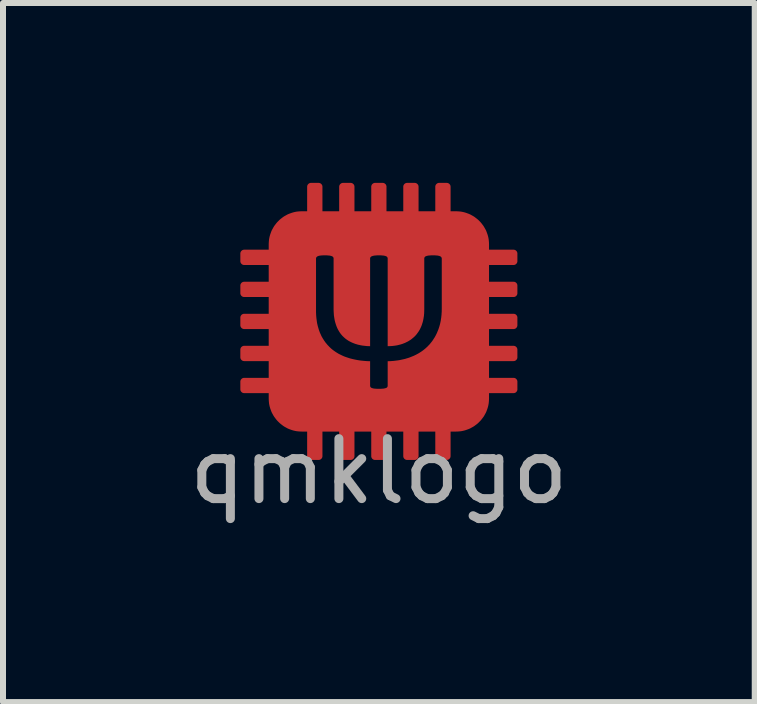
<source format=kicad_pcb>
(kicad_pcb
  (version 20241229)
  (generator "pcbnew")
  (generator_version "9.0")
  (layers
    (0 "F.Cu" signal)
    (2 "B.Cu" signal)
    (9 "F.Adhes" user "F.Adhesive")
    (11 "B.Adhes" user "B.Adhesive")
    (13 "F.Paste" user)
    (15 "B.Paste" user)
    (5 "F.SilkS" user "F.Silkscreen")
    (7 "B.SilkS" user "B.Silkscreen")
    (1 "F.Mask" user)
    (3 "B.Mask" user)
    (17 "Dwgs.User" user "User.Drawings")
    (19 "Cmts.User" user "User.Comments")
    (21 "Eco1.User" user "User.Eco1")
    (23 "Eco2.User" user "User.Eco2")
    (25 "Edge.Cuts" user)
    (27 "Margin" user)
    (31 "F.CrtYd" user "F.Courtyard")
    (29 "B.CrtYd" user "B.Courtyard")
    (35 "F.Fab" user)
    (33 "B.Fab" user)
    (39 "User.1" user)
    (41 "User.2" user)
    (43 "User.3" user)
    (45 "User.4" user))
  (footprint "qmklogo"
    (layer "F.Cu")
    (at 3.268 2.31)
    (property "Reference" "qmklogo" (at 0 -0.5 0) (unlocked yes) (layer "User.5") (effects (font (size 1 1) (thickness 0.15))))
    (attr smd)
    (fp_poly (pts (xy -1.002 -2.31) (xy -0.998 -2.31) (xy -0.995 -2.309) (xy -0.992 -2.309) (xy -0.989 -2.308) (xy -0.986 -2.307) (xy -0.983 -2.306) (xy -0.98 -2.305) (xy -0.977 -2.304) (xy -0.974 -2.302) (xy -0.972 -2.301) (xy -0.969 -2.299) (xy -0.967 -2.297) (xy -0.964 -2.295) (xy -0.962 -2.293) (xy -0.96 -2.291) (xy -0.958 -2.289) (xy -0.956 -2.287) (xy -0.954 -2.284) (xy -0.952 -2.282) (xy -0.95 -2.279) (xy -0.949 -2.277) (xy -0.947 -2.274) (xy -0.946 -2.271) (xy -0.945 -2.268) (xy -0.944 -2.265) (xy -0.943 -2.262) (xy -0.942 -2.259) (xy -0.942 -2.256) (xy -0.941 -2.253) (xy -0.941 -2.249) (xy -0.941 -2.246) (xy -0.941 -1.837) (xy -0.662 -1.837) (xy -0.662 -2.246) (xy -0.662 -2.249) (xy -0.661 -2.253) (xy -0.661 -2.256) (xy -0.66 -2.259) (xy -0.66 -2.262) (xy -0.659 -2.265) (xy -0.658 -2.268) (xy -0.657 -2.271) (xy -0.655 -2.274) (xy -0.654 -2.277) (xy -0.652 -2.279) (xy -0.651 -2.282) (xy -0.649 -2.284) (xy -0.647 -2.287) (xy -0.645 -2.289) (xy -0.643 -2.291) (xy -0.641 -2.293) (xy -0.638 -2.295) (xy -0.636 -2.297) (xy -0.633 -2.299) (xy -0.631 -2.301) (xy -0.628 -2.302) (xy -0.625 -2.304) (xy -0.623 -2.305) (xy -0.62 -2.306) (xy -0.617 -2.307) (xy -0.614 -2.308) (xy -0.611 -2.309) (xy -0.608 -2.309) (xy -0.604 -2.31) (xy -0.601 -2.31) (xy -0.598 -2.31) (xy -0.471 -2.31) (xy -0.467 -2.31) (xy -0.464 -2.31) (xy -0.461 -2.309) (xy -0.458 -2.309) (xy -0.455 -2.308) (xy -0.452 -2.307) (xy -0.449 -2.306) (xy -0.446 -2.305) (xy -0.443 -2.304) (xy -0.44 -2.302) (xy -0.438 -2.301) (xy -0.435 -2.299) (xy -0.432 -2.297) (xy -0.43 -2.295) (xy -0.428 -2.293) (xy -0.426 -2.291) (xy -0.423 -2.289) (xy -0.421 -2.287) (xy -0.42 -2.284) (xy -0.418 -2.282) (xy -0.416 -2.279) (xy -0.415 -2.277) (xy -0.413 -2.274) (xy -0.412 -2.271) (xy -0.411 -2.268) (xy -0.41 -2.265) (xy -0.409 -2.262) (xy -0.408 -2.259) (xy -0.408 -2.256) (xy -0.407 -2.253) (xy -0.407 -2.249) (xy -0.407 -2.246) (xy -0.407 -1.837) (xy -0.127 -1.837) (xy -0.127 -2.246) (xy -0.127 -2.249) (xy -0.127 -2.253) (xy -0.127 -2.256) (xy -0.126 -2.259) (xy -0.125 -2.262) (xy -0.124 -2.265) (xy -0.123 -2.268) (xy -0.122 -2.271) (xy -0.121 -2.274) (xy -0.12 -2.277) (xy -0.118 -2.279) (xy -0.116 -2.282) (xy -0.115 -2.284) (xy -0.113 -2.287) (xy -0.111 -2.289) (xy -0.109 -2.291) (xy -0.106 -2.293) (xy -0.104 -2.295) (xy -0.102 -2.297) (xy -0.099 -2.299) (xy -0.097 -2.301) (xy -0.094 -2.302) (xy -0.091 -2.304) (xy -0.088 -2.305) (xy -0.086 -2.306) (xy -0.083 -2.307) (xy -0.08 -2.308) (xy -0.076 -2.309) (xy -0.073 -2.309) (xy -0.07 -2.31) (xy -0.067 -2.31) (xy -0.064 -2.31) (xy 0.064 -2.31) (xy 0.067 -2.31) (xy 0.07 -2.31) (xy 0.073 -2.309) (xy 0.077 -2.309) (xy 0.08 -2.308) (xy 0.083 -2.307) (xy 0.086 -2.306) (xy 0.088 -2.305) (xy 0.091 -2.304) (xy 0.094 -2.302) (xy 0.097 -2.301) (xy 0.099 -2.299) (xy 0.102 -2.297) (xy 0.104 -2.295) (xy 0.106 -2.293) (xy 0.109 -2.291) (xy 0.111 -2.289) (xy 0.113 -2.287) (xy 0.115 -2.284) (xy 0.116 -2.282) (xy 0.118 -2.279) (xy 0.12 -2.277) (xy 0.121 -2.274) (xy 0.122 -2.271) (xy 0.123 -2.268) (xy 0.124 -2.265) (xy 0.125 -2.262) (xy 0.126 -2.259) (xy 0.127 -2.256) (xy 0.127 -2.253) (xy 0.127 -2.249) (xy 0.127 -2.246) (xy 0.127 -1.837) (xy 0.407 -1.837) (xy 0.407 -2.246) (xy 0.407 -2.249) (xy 0.407 -2.253) (xy 0.408 -2.256) (xy 0.408 -2.259) (xy 0.409 -2.262) (xy 0.41 -2.265) (xy 0.411 -2.268) (xy 0.412 -2.271) (xy 0.413 -2.274) (xy 0.415 -2.277) (xy 0.416 -2.279) (xy 0.418 -2.282) (xy 0.42 -2.284) (xy 0.421 -2.287) (xy 0.423 -2.289) (xy 0.426 -2.291) (xy 0.428 -2.293) (xy 0.43 -2.295) (xy 0.432 -2.297) (xy 0.435 -2.299) (xy 0.438 -2.301) (xy 0.44 -2.302) (xy 0.443 -2.304) (xy 0.446 -2.305) (xy 0.449 -2.306) (xy 0.452 -2.307) (xy 0.455 -2.308) (xy 0.458 -2.309) (xy 0.461 -2.309) (xy 0.464 -2.31) (xy 0.467 -2.31) (xy 0.471 -2.31) (xy 0.598 -2.31) (xy 0.601 -2.31) (xy 0.604 -2.31) (xy 0.608 -2.309) (xy 0.611 -2.309) (xy 0.614 -2.308) (xy 0.617 -2.307) (xy 0.62 -2.306) (xy 0.623 -2.305) (xy 0.625 -2.304) (xy 0.628 -2.302) (xy 0.631 -2.301) (xy 0.633 -2.299) (xy 0.636 -2.297) (xy 0.638 -2.295) (xy 0.641 -2.293) (xy 0.643 -2.291) (xy 0.645 -2.289) (xy 0.647 -2.287) (xy 0.649 -2.284) (xy 0.651 -2.282) (xy 0.652 -2.279) (xy 0.654 -2.277) (xy 0.655 -2.274) (xy 0.657 -2.271) (xy 0.658 -2.268) (xy 0.659 -2.265) (xy 0.66 -2.262) (xy 0.66 -2.259) (xy 0.661 -2.256) (xy 0.661 -2.253) (xy 0.662 -2.249) (xy 0.662 -2.246) (xy 0.662 -1.837) (xy 0.941 -1.837) (xy 0.941 -2.246) (xy 0.941 -2.249) (xy 0.941 -2.253) (xy 0.942 -2.256) (xy 0.942 -2.259) (xy 0.943 -2.262) (xy 0.944 -2.265) (xy 0.945 -2.268) (xy 0.946 -2.271) (xy 0.947 -2.274) (xy 0.949 -2.277) (xy 0.95 -2.279) (xy 0.952 -2.282) (xy 0.954 -2.284) (xy 0.956 -2.287) (xy 0.958 -2.289) (xy 0.96 -2.291) (xy 0.962 -2.293) (xy 0.964 -2.295) (xy 0.967 -2.297) (xy 0.969 -2.299) (xy 0.972 -2.301) (xy 0.974 -2.302) (xy 0.977 -2.304) (xy 0.98 -2.305) (xy 0.983 -2.306) (xy 0.986 -2.307) (xy 0.989 -2.308) (xy 0.992 -2.309) (xy 0.995 -2.309) (xy 0.998 -2.31) (xy 1.002 -2.31) (xy 1.005 -2.31) (xy 1.132 -2.31) (xy 1.135 -2.31) (xy 1.139 -2.31) (xy 1.142 -2.309) (xy 1.145 -2.309) (xy 1.148 -2.308) (xy 1.151 -2.307) (xy 1.154 -2.306) (xy 1.157 -2.305) (xy 1.16 -2.304) (xy 1.162 -2.302) (xy 1.165 -2.301) (xy 1.168 -2.299) (xy 1.17 -2.297) (xy 1.173 -2.295) (xy 1.175 -2.293) (xy 1.177 -2.291) (xy 1.179 -2.289) (xy 1.181 -2.287) (xy 1.183 -2.284) (xy 1.185 -2.282) (xy 1.187 -2.279) (xy 1.188 -2.277) (xy 1.19 -2.274) (xy 1.191 -2.271) (xy 1.192 -2.268) (xy 1.193 -2.265) (xy 1.194 -2.262) (xy 1.195 -2.259) (xy 1.195 -2.256) (xy 1.195 -2.253) (xy 1.196 -2.249) (xy 1.196 -2.246) (xy 1.196 -1.837) (xy 1.286 -1.837) (xy 1.314 -1.836) (xy 1.342 -1.834) (xy 1.37 -1.831) (xy 1.397 -1.826) (xy 1.423 -1.82) (xy 1.45 -1.812) (xy 1.475 -1.803) (xy 1.5 -1.794) (xy 1.525 -1.783) (xy 1.548 -1.77) (xy 1.572 -1.757) (xy 1.594 -1.743) (xy 1.615 -1.727) (xy 1.636 -1.711) (xy 1.656 -1.694) (xy 1.675 -1.675) (xy 1.694 -1.656) (xy 1.711 -1.636) (xy 1.727 -1.615) (xy 1.743 -1.594) (xy 1.757 -1.571) (xy 1.77 -1.548) (xy 1.783 -1.525) (xy 1.794 -1.5) (xy 1.803 -1.475) (xy 1.812 -1.45) (xy 1.82 -1.423) (xy 1.826 -1.397) (xy 1.831 -1.37) (xy 1.834 -1.342) (xy 1.836 -1.314) (xy 1.837 -1.286) (xy 1.837 -1.196) (xy 2.246 -1.196) (xy 2.25 -1.196) (xy 2.253 -1.195) (xy 2.256 -1.195) (xy 2.259 -1.195) (xy 2.262 -1.194) (xy 2.265 -1.193) (xy 2.268 -1.192) (xy 2.271 -1.191) (xy 2.274 -1.19) (xy 2.277 -1.188) (xy 2.279 -1.187) (xy 2.282 -1.185) (xy 2.284 -1.183) (xy 2.287 -1.181) (xy 2.289 -1.179) (xy 2.291 -1.177) (xy 2.293 -1.175) (xy 2.295 -1.173) (xy 2.297 -1.17) (xy 2.299 -1.168) (xy 2.301 -1.165) (xy 2.302 -1.162) (xy 2.304 -1.16) (xy 2.305 -1.157) (xy 2.306 -1.154) (xy 2.307 -1.151) (xy 2.308 -1.148) (xy 2.309 -1.145) (xy 2.309 -1.142) (xy 2.31 -1.139) (xy 2.31 -1.135) (xy 2.31 -1.132) (xy 2.31 -1.005) (xy 2.31 -1.002) (xy 2.31 -0.998) (xy 2.309 -0.995) (xy 2.309 -0.992) (xy 2.308 -0.989) (xy 2.307 -0.986) (xy 2.306 -0.983) (xy 2.305 -0.98) (xy 2.304 -0.977) (xy 2.302 -0.974) (xy 2.301 -0.972) (xy 2.299 -0.969) (xy 2.297 -0.967) (xy 2.295 -0.964) (xy 2.293 -0.962) (xy 2.291 -0.96) (xy 2.289 -0.958) (xy 2.287 -0.956) (xy 2.284 -0.954) (xy 2.282 -0.952) (xy 2.279 -0.95) (xy 2.277 -0.949) (xy 2.274 -0.947) (xy 2.271 -0.946) (xy 2.268 -0.945) (xy 2.265 -0.944) (xy 2.262 -0.943) (xy 2.259 -0.942) (xy 2.256 -0.942) (xy 2.253 -0.941) (xy 2.25 -0.941) (xy 2.246 -0.941) (xy 1.837 -0.941) (xy 1.837 -0.662) (xy 2.246 -0.662) (xy 2.25 -0.661) (xy 2.253 -0.661) (xy 2.256 -0.661) (xy 2.259 -0.66) (xy 2.262 -0.66) (xy 2.265 -0.659) (xy 2.268 -0.658) (xy 2.271 -0.657) (xy 2.274 -0.655) (xy 2.277 -0.654) (xy 2.279 -0.652) (xy 2.282 -0.651) (xy 2.284 -0.649) (xy 2.287 -0.647) (xy 2.289 -0.645) (xy 2.291 -0.643) (xy 2.293 -0.641) (xy 2.295 -0.638) (xy 2.297 -0.636) (xy 2.299 -0.634) (xy 2.301 -0.631) (xy 2.302 -0.628) (xy 2.304 -0.626) (xy 2.305 -0.623) (xy 2.306 -0.62) (xy 2.307 -0.617) (xy 2.308 -0.614) (xy 2.309 -0.611) (xy 2.309 -0.608) (xy 2.31 -0.604) (xy 2.31 -0.601) (xy 2.31 -0.598) (xy 2.31 -0.471) (xy 2.31 -0.467) (xy 2.31 -0.464) (xy 2.309 -0.461) (xy 2.309 -0.458) (xy 2.308 -0.455) (xy 2.307 -0.452) (xy 2.306 -0.449) (xy 2.305 -0.446) (xy 2.304 -0.443) (xy 2.302 -0.44) (xy 2.301 -0.438) (xy 2.299 -0.435) (xy 2.297 -0.432) (xy 2.295 -0.43) (xy 2.293 -0.428) (xy 2.291 -0.426) (xy 2.289 -0.423) (xy 2.287 -0.421) (xy 2.284 -0.42) (xy 2.282 -0.418) (xy 2.279 -0.416) (xy 2.277 -0.415) (xy 2.274 -0.413) (xy 2.271 -0.412) (xy 2.268 -0.411) (xy 2.265 -0.41) (xy 2.262 -0.409) (xy 2.259 -0.408) (xy 2.256 -0.408) (xy 2.253 -0.407) (xy 2.25 -0.407) (xy 2.246 -0.407) (xy 1.837 -0.407) (xy 1.837 -0.127) (xy 2.246 -0.127) (xy 2.25 -0.127) (xy 2.253 -0.127) (xy 2.256 -0.127) (xy 2.259 -0.126) (xy 2.262 -0.125) (xy 2.265 -0.124) (xy 2.268 -0.123) (xy 2.271 -0.122) (xy 2.274 -0.121) (xy 2.277 -0.12) (xy 2.279 -0.118) (xy 2.282 -0.116) (xy 2.284 -0.115) (xy 2.287 -0.113) (xy 2.289 -0.111) (xy 2.291 -0.109) (xy 2.293 -0.106) (xy 2.295 -0.104) (xy 2.297 -0.102) (xy 2.299 -0.099) (xy 2.301 -0.097) (xy 2.302 -0.094) (xy 2.304 -0.091) (xy 2.305 -0.088) (xy 2.306 -0.086) (xy 2.307 -0.083) (xy 2.308 -0.08) (xy 2.309 -0.076) (xy 2.309 -0.073) (xy 2.31 -0.07) (xy 2.31 -0.067) (xy 2.31 -0.064) (xy 2.31 0.064) (xy 2.31 0.067) (xy 2.31 0.07) (xy 2.309 0.073) (xy 2.309 0.076) (xy 2.308 0.08) (xy 2.307 0.083) (xy 2.306 0.086) (xy 2.305 0.088) (xy 2.304 0.091) (xy 2.302 0.094) (xy 2.301 0.097) (xy 2.299 0.099) (xy 2.297 0.102) (xy 2.295 0.104) (xy 2.293 0.106) (xy 2.291 0.109) (xy 2.289 0.111) (xy 2.287 0.113) (xy 2.284 0.115) (xy 2.282 0.116) (xy 2.279 0.118) (xy 2.277 0.12) (xy 2.274 0.121) (xy 2.271 0.122) (xy 2.268 0.123) (xy 2.265 0.124) (xy 2.262 0.125) (xy 2.259 0.126) (xy 2.256 0.127) (xy 2.253 0.127) (xy 2.25 0.127) (xy 2.246 0.127) (xy 1.837 0.127) (xy 1.837 0.407) (xy 2.246 0.407) (xy 2.25 0.407) (xy 2.253 0.407) (xy 2.256 0.408) (xy 2.259 0.408) (xy 2.262 0.409) (xy 2.265 0.41) (xy 2.268 0.411) (xy 2.271 0.412) (xy 2.274 0.413) (xy 2.277 0.415) (xy 2.279 0.416) (xy 2.282 0.418) (xy 2.284 0.42) (xy 2.287 0.421) (xy 2.289 0.423) (xy 2.291 0.426) (xy 2.293 0.428) (xy 2.295 0.43) (xy 2.297 0.432) (xy 2.299 0.435) (xy 2.301 0.438) (xy 2.302 0.44) (xy 2.304 0.443) (xy 2.305 0.446) (xy 2.306 0.449) (xy 2.307 0.452) (xy 2.308 0.455) (xy 2.309 0.458) (xy 2.309 0.461) (xy 2.31 0.464) (xy 2.31 0.467) (xy 2.31 0.471) (xy 2.31 0.598) (xy 2.31 0.601) (xy 2.31 0.604) (xy 2.309 0.608) (xy 2.309 0.611) (xy 2.308 0.614) (xy 2.307 0.617) (xy 2.306 0.62) (xy 2.305 0.623) (xy 2.304 0.626) (xy 2.302 0.628) (xy 2.301 0.631) (xy 2.299 0.634) (xy 2.297 0.636) (xy 2.295 0.638) (xy 2.293 0.641) (xy 2.291 0.643) (xy 2.289 0.645) (xy 2.287 0.647) (xy 2.284 0.649) (xy 2.282 0.651) (xy 2.279 0.652) (xy 2.277 0.654) (xy 2.274 0.655) (xy 2.271 0.657) (xy 2.268 0.658) (xy 2.265 0.659) (xy 2.262 0.66) (xy 2.259 0.66) (xy 2.256 0.661) (xy 2.253 0.661) (xy 2.25 0.661) (xy 2.246 0.662) (xy 1.837 0.662) (xy 1.837 0.941) (xy 2.246 0.941) (xy 2.25 0.941) (xy 2.253 0.941) (xy 2.256 0.942) (xy 2.259 0.942) (xy 2.262 0.943) (xy 2.265 0.944) (xy 2.268 0.945) (xy 2.271 0.946) (xy 2.274 0.947) (xy 2.277 0.949) (xy 2.279 0.95) (xy 2.282 0.952) (xy 2.284 0.954) (xy 2.287 0.956) (xy 2.289 0.958) (xy 2.291 0.96) (xy 2.293 0.962) (xy 2.295 0.964) (xy 2.297 0.967) (xy 2.299 0.969) (xy 2.301 0.972) (xy 2.302 0.974) (xy 2.304 0.977) (xy 2.305 0.98) (xy 2.306 0.983) (xy 2.307 0.986) (xy 2.308 0.989) (xy 2.309 0.992) (xy 2.309 0.995) (xy 2.31 0.998) (xy 2.31 1.002) (xy 2.31 1.005) (xy 2.31 1.132) (xy 2.31 1.135) (xy 2.31 1.139) (xy 2.309 1.142) (xy 2.309 1.145) (xy 2.308 1.148) (xy 2.307 1.151) (xy 2.306 1.154) (xy 2.305 1.157) (xy 2.304 1.16) (xy 2.302 1.162) (xy 2.301 1.165) (xy 2.299 1.168) (xy 2.297 1.17) (xy 2.295 1.173) (xy 2.293 1.175) (xy 2.291 1.177) (xy 2.289 1.179) (xy 2.287 1.181) (xy 2.284 1.183) (xy 2.282 1.185) (xy 2.279 1.187) (xy 2.277 1.188) (xy 2.274 1.19) (xy 2.271 1.191) (xy 2.268 1.192) (xy 2.265 1.193) (xy 2.262 1.194) (xy 2.259 1.195) (xy 2.256 1.195) (xy 2.253 1.195) (xy 2.25 1.196) (xy 2.246 1.196) (xy 1.837 1.196) (xy 1.837 1.286) (xy 1.836 1.314) (xy 1.834 1.342) (xy 1.831 1.37) (xy 1.826 1.397) (xy 1.82 1.423) (xy 1.812 1.45) (xy 1.803 1.475) (xy 1.794 1.5) (xy 1.783 1.525) (xy 1.77 1.548) (xy 1.757 1.572) (xy 1.743 1.594) (xy 1.727 1.615) (xy 1.711 1.636) (xy 1.694 1.656) (xy 1.675 1.675) (xy 1.656 1.694) (xy 1.636 1.711) (xy 1.615 1.727) (xy 1.594 1.743) (xy 1.572 1.757) (xy 1.548 1.77) (xy 1.525 1.783) (xy 1.5 1.794) (xy 1.475 1.803) (xy 1.45 1.812) (xy 1.423 1.82) (xy 1.397 1.826) (xy 1.37 1.831) (xy 1.342 1.834) (xy 1.314 1.836) (xy 1.286 1.837) (xy 1.196 1.837) (xy 1.196 2.246) (xy 1.196 2.249) (xy 1.195 2.253) (xy 1.195 2.256) (xy 1.195 2.259) (xy 1.194 2.262) (xy 1.193 2.265) (xy 1.192 2.268) (xy 1.191 2.271) (xy 1.19 2.274) (xy 1.188 2.277) (xy 1.187 2.279) (xy 1.185 2.282) (xy 1.183 2.284) (xy 1.181 2.287) (xy 1.179 2.289) (xy 1.177 2.291) (xy 1.175 2.293) (xy 1.173 2.295) (xy 1.17 2.297) (xy 1.168 2.299) (xy 1.165 2.301) (xy 1.162 2.302) (xy 1.16 2.304) (xy 1.157 2.305) (xy 1.154 2.306) (xy 1.151 2.307) (xy 1.148 2.308) (xy 1.145 2.309) (xy 1.142 2.309) (xy 1.139 2.31) (xy 1.135 2.31) (xy 1.132 2.31) (xy 1.005 2.31) (xy 1.002 2.31) (xy 0.998 2.31) (xy 0.995 2.309) (xy 0.992 2.309) (xy 0.989 2.308) (xy 0.986 2.307) (xy 0.983 2.306) (xy 0.98 2.305) (xy 0.977 2.304) (xy 0.974 2.302) (xy 0.972 2.301) (xy 0.969 2.299) (xy 0.967 2.297) (xy 0.964 2.295) (xy 0.962 2.293) (xy 0.96 2.291) (xy 0.958 2.289) (xy 0.956 2.287) (xy 0.954 2.284) (xy 0.952 2.282) (xy 0.95 2.279) (xy 0.949 2.277) (xy 0.947 2.274) (xy 0.946 2.271) (xy 0.945 2.268) (xy 0.944 2.265) (xy 0.943 2.262) (xy 0.942 2.259) (xy 0.942 2.256) (xy 0.941 2.253) (xy 0.941 2.249) (xy 0.941 2.246) (xy 0.941 1.837) (xy 0.662 1.837) (xy 0.662 2.246) (xy 0.662 2.249) (xy 0.661 2.253) (xy 0.661 2.256) (xy 0.66 2.259) (xy 0.66 2.262) (xy 0.659 2.265) (xy 0.658 2.268) (xy 0.657 2.271) (xy 0.655 2.274) (xy 0.654 2.277) (xy 0.652 2.279) (xy 0.651 2.282) (xy 0.649 2.284) (xy 0.647 2.287) (xy 0.645 2.289) (xy 0.643 2.291) (xy 0.641 2.293) (xy 0.638 2.295) (xy 0.636 2.297) (xy 0.634 2.299) (xy 0.631 2.301) (xy 0.628 2.302) (xy 0.626 2.304) (xy 0.623 2.305) (xy 0.62 2.306) (xy 0.617 2.307) (xy 0.614 2.308) (xy 0.611 2.309) (xy 0.608 2.309) (xy 0.604 2.31) (xy 0.601 2.31) (xy 0.598 2.31) (xy 0.471 2.31) (xy 0.467 2.31) (xy 0.464 2.31) (xy 0.461 2.309) (xy 0.458 2.309) (xy 0.455 2.308) (xy 0.452 2.307) (xy 0.449 2.306) (xy 0.446 2.305) (xy 0.443 2.304) (xy 0.44 2.302) (xy 0.438 2.301) (xy 0.435 2.299) (xy 0.432 2.297) (xy 0.43 2.295) (xy 0.428 2.293) (xy 0.426 2.291) (xy 0.423 2.289) (xy 0.421 2.287) (xy 0.42 2.284) (xy 0.418 2.282) (xy 0.416 2.279) (xy 0.415 2.277) (xy 0.413 2.274) (xy 0.412 2.271) (xy 0.411 2.268) (xy 0.41 2.265) (xy 0.409 2.262) (xy 0.408 2.259) (xy 0.408 2.256) (xy 0.407 2.253) (xy 0.407 2.249) (xy 0.407 2.246) (xy 0.407 1.837) (xy 0.127 1.837) (xy 0.127 2.246) (xy 0.127 2.249) (xy 0.127 2.253) (xy 0.127 2.256) (xy 0.126 2.259) (xy 0.125 2.262) (xy 0.124 2.265) (xy 0.123 2.268) (xy 0.122 2.271) (xy 0.121 2.274) (xy 0.12 2.277) (xy 0.118 2.279) (xy 0.116 2.282) (xy 0.115 2.284) (xy 0.113 2.287) (xy 0.111 2.289) (xy 0.109 2.291) (xy 0.106 2.293) (xy 0.104 2.295) (xy 0.102 2.297) (xy 0.099 2.299) (xy 0.097 2.301) (xy 0.094 2.302) (xy 0.091 2.304) (xy 0.088 2.305) (xy 0.086 2.306) (xy 0.083 2.307) (xy 0.08 2.308) (xy 0.077 2.309) (xy 0.073 2.309) (xy 0.07 2.31) (xy 0.067 2.31) (xy 0.064 2.31) (xy -0.064 2.31) (xy -0.067 2.31) (xy -0.07 2.31) (xy -0.073 2.309) (xy -0.076 2.309) (xy -0.08 2.308) (xy -0.083 2.307) (xy -0.086 2.306) (xy -0.088 2.305) (xy -0.091 2.304) (xy -0.094 2.302) (xy -0.097 2.301) (xy -0.099 2.299) (xy -0.102 2.297) (xy -0.104 2.295) (xy -0.106 2.293) (xy -0.109 2.291) (xy -0.111 2.289) (xy -0.113 2.287) (xy -0.115 2.284) (xy -0.116 2.282) (xy -0.118 2.279) (xy -0.12 2.277) (xy -0.121 2.274) (xy -0.122 2.271) (xy -0.123 2.268) (xy -0.124 2.265) (xy -0.125 2.262) (xy -0.126 2.259) (xy -0.127 2.256) (xy -0.127 2.253) (xy -0.127 2.249) (xy -0.127 2.246) (xy -0.127 1.837) (xy -0.407 1.837) (xy -0.407 2.246) (xy -0.407 2.249) (xy -0.407 2.253) (xy -0.408 2.256) (xy -0.408 2.259) (xy -0.409 2.262) (xy -0.41 2.265) (xy -0.411 2.268) (xy -0.412 2.271) (xy -0.413 2.274) (xy -0.415 2.277) (xy -0.416 2.279) (xy -0.418 2.282) (xy -0.42 2.284) (xy -0.421 2.287) (xy -0.423 2.289) (xy -0.426 2.291) (xy -0.428 2.293) (xy -0.43 2.295) (xy -0.432 2.297) (xy -0.435 2.299) (xy -0.438 2.301) (xy -0.44 2.302) (xy -0.443 2.304) (xy -0.446 2.305) (xy -0.449 2.306) (xy -0.452 2.307) (xy -0.455 2.308) (xy -0.458 2.309) (xy -0.461 2.309) (xy -0.464 2.31) (xy -0.467 2.31) (xy -0.471 2.31) (xy -0.598 2.31) (xy -0.601 2.31) (xy -0.604 2.31) (xy -0.608 2.309) (xy -0.611 2.309) (xy -0.614 2.308) (xy -0.617 2.307) (xy -0.62 2.306) (xy -0.623 2.305) (xy -0.626 2.304) (xy -0.628 2.302) (xy -0.631 2.301) (xy -0.633 2.299) (xy -0.636 2.297) (xy -0.638 2.295) (xy -0.641 2.293) (xy -0.643 2.291) (xy -0.645 2.289) (xy -0.647 2.287) (xy -0.649 2.284) (xy -0.651 2.282) (xy -0.652 2.279) (xy -0.654 2.277) (xy -0.655 2.274) (xy -0.657 2.271) (xy -0.658 2.268) (xy -0.659 2.265) (xy -0.66 2.262) (xy -0.66 2.259) (xy -0.661 2.256) (xy -0.661 2.253) (xy -0.662 2.249) (xy -0.662 2.246) (xy -0.662 1.837) (xy -0.941 1.837) (xy -0.941 2.246) (xy -0.941 2.249) (xy -0.941 2.253) (xy -0.942 2.256) (xy -0.942 2.259) (xy -0.943 2.262) (xy -0.944 2.265) (xy -0.945 2.268) (xy -0.946 2.271) (xy -0.947 2.274) (xy -0.949 2.277) (xy -0.95 2.279) (xy -0.952 2.282) (xy -0.954 2.284) (xy -0.956 2.287) (xy -0.958 2.289) (xy -0.96 2.291) (xy -0.962 2.293) (xy -0.964 2.295) (xy -0.967 2.297) (xy -0.969 2.299) (xy -0.972 2.301) (xy -0.974 2.302) (xy -0.977 2.304) (xy -0.98 2.305) (xy -0.983 2.306) (xy -0.986 2.307) (xy -0.989 2.308) (xy -0.992 2.309) (xy -0.995 2.309) (xy -0.998 2.31) (xy -1.002 2.31) (xy -1.005 2.31) (xy -1.132 2.31) (xy -1.135 2.31) (xy -1.139 2.31) (xy -1.142 2.309) (xy -1.145 2.309) (xy -1.148 2.308) (xy -1.151 2.307) (xy -1.154 2.306) (xy -1.157 2.305) (xy -1.16 2.304) (xy -1.162 2.302) (xy -1.165 2.301) (xy -1.168 2.299) (xy -1.17 2.297) (xy -1.173 2.295) (xy -1.175 2.293) (xy -1.177 2.291) (xy -1.179 2.289) (xy -1.181 2.287) (xy -1.183 2.284) (xy -1.185 2.282) (xy -1.187 2.279) (xy -1.188 2.277) (xy -1.19 2.274) (xy -1.191 2.271) (xy -1.192 2.268) (xy -1.193 2.265) (xy -1.194 2.262) (xy -1.195 2.259) (xy -1.195 2.256) (xy -1.195 2.253) (xy -1.196 2.249) (xy -1.196 2.246) (xy -1.196 1.837) (xy -1.286 1.837) (xy -1.314 1.836) (xy -1.342 1.834) (xy -1.37 1.831) (xy -1.397 1.826) (xy -1.423 1.82) (xy -1.45 1.812) (xy -1.475 1.803) (xy -1.5 1.794) (xy -1.525 1.783) (xy -1.548 1.77) (xy -1.572 1.757) (xy -1.594 1.743) (xy -1.615 1.727) (xy -1.636 1.711) (xy -1.656 1.694) (xy -1.675 1.675) (xy -1.694 1.656) (xy -1.711 1.636) (xy -1.727 1.615) (xy -1.743 1.594) (xy -1.757 1.572) (xy -1.77 1.548) (xy -1.783 1.525) (xy -1.794 1.5) (xy -1.803 1.475) (xy -1.812 1.45) (xy -1.82 1.423) (xy -1.826 1.397) (xy -1.831 1.37) (xy -1.834 1.342) (xy -1.836 1.314) (xy -1.837 1.286) (xy -1.837 1.196) (xy -2.246 1.196) (xy -2.25 1.196) (xy -2.253 1.195) (xy -2.256 1.195) (xy -2.259 1.195) (xy -2.262 1.194) (xy -2.265 1.193) (xy -2.268 1.192) (xy -2.271 1.191) (xy -2.274 1.19) (xy -2.277 1.188) (xy -2.279 1.187) (xy -2.282 1.185) (xy -2.284 1.183) (xy -2.287 1.181) (xy -2.289 1.179) (xy -2.291 1.177) (xy -2.293 1.175) (xy -2.295 1.173) (xy -2.297 1.17) (xy -2.299 1.168) (xy -2.301 1.165) (xy -2.302 1.162) (xy -2.304 1.16) (xy -2.305 1.157) (xy -2.306 1.154) (xy -2.307 1.151) (xy -2.308 1.148) (xy -2.309 1.145) (xy -2.309 1.142) (xy -2.31 1.139) (xy -2.31 1.135) (xy -2.31 1.132) (xy -2.31 1.005) (xy -2.31 1.002) (xy -2.31 0.998) (xy -2.309 0.995) (xy -2.309 0.992) (xy -2.308 0.989) (xy -2.307 0.986) (xy -2.306 0.983) (xy -2.305 0.98) (xy -2.304 0.977) (xy -2.302 0.974) (xy -2.301 0.972) (xy -2.299 0.969) (xy -2.297 0.967) (xy -2.295 0.964) (xy -2.293 0.962) (xy -2.291 0.96) (xy -2.289 0.958) (xy -2.287 0.956) (xy -2.284 0.954) (xy -2.282 0.952) (xy -2.279 0.95) (xy -2.277 0.949) (xy -2.274 0.947) (xy -2.271 0.946) (xy -2.268 0.945) (xy -2.265 0.944) (xy -2.262 0.943) (xy -2.259 0.942) (xy -2.256 0.942) (xy -2.253 0.941) (xy -2.25 0.941) (xy -2.246 0.941) (xy -1.837 0.941) (xy -1.837 0.662) (xy -2.246 0.662) (xy -2.25 0.661) (xy -2.253 0.661) (xy -2.256 0.661) (xy -2.259 0.66) (xy -2.262 0.66) (xy -2.265 0.659) (xy -2.268 0.658) (xy -2.271 0.657) (xy -2.274 0.655) (xy -2.277 0.654) (xy -2.279 0.652) (xy -2.282 0.651) (xy -2.284 0.649) (xy -2.287 0.647) (xy -2.289 0.645) (xy -2.291 0.643) (xy -2.293 0.641) (xy -2.295 0.638) (xy -2.297 0.636) (xy -2.299 0.634) (xy -2.301 0.631) (xy -2.302 0.628) (xy -2.304 0.626) (xy -2.305 0.623) (xy -2.306 0.62) (xy -2.307 0.617) (xy -2.308 0.614) (xy -2.309 0.611) (xy -2.309 0.608) (xy -2.31 0.604) (xy -2.31 0.601) (xy -2.31 0.598) (xy -2.31 0.471) (xy -2.31 0.467) (xy -2.31 0.464) (xy -2.309 0.461) (xy -2.309 0.458) (xy -2.308 0.455) (xy -2.307 0.452) (xy -2.306 0.449) (xy -2.305 0.446) (xy -2.304 0.443) (xy -2.302 0.44) (xy -2.301 0.438) (xy -2.299 0.435) (xy -2.297 0.432) (xy -2.295 0.43) (xy -2.293 0.428) (xy -2.291 0.426) (xy -2.289 0.423) (xy -2.287 0.421) (xy -2.284 0.42) (xy -2.282 0.418) (xy -2.279 0.416) (xy -2.277 0.415) (xy -2.274 0.413) (xy -2.271 0.412) (xy -2.268 0.411) (xy -2.265 0.41) (xy -2.262 0.409) (xy -2.259 0.408) (xy -2.256 0.408) (xy -2.253 0.407) (xy -2.25 0.407) (xy -2.246 0.407) (xy -1.837 0.407) (xy -1.837 0.127) (xy -2.246 0.127) (xy -2.25 0.127) (xy -2.253 0.127) (xy -2.256 0.127) (xy -2.259 0.126) (xy -2.262 0.125) (xy -2.265 0.124) (xy -2.268 0.123) (xy -2.271 0.122) (xy -2.274 0.121) (xy -2.277 0.12) (xy -2.279 0.118) (xy -2.282 0.116) (xy -2.284 0.115) (xy -2.287 0.113) (xy -2.289 0.111) (xy -2.291 0.109) (xy -2.293 0.106) (xy -2.295 0.104) (xy -2.297 0.102) (xy -2.299 0.099) (xy -2.301 0.097) (xy -2.302 0.094) (xy -2.304 0.091) (xy -2.305 0.088) (xy -2.306 0.086) (xy -2.307 0.083) (xy -2.308 0.08) (xy -2.309 0.076) (xy -2.309 0.073) (xy -2.31 0.07) (xy -2.31 0.067) (xy -2.31 0.064) (xy -2.31 -0.064) (xy -2.31 -0.067) (xy -2.31 -0.07) (xy -2.309 -0.073) (xy -2.309 -0.076) (xy -2.308 -0.08) (xy -2.307 -0.083) (xy -2.306 -0.086) (xy -2.305 -0.088) (xy -2.304 -0.091) (xy -2.302 -0.094) (xy -2.301 -0.097) (xy -2.299 -0.099) (xy -2.297 -0.102) (xy -2.295 -0.104) (xy -2.293 -0.106) (xy -2.291 -0.109) (xy -2.289 -0.111) (xy -2.287 -0.113) (xy -2.284 -0.115) (xy -2.282 -0.116) (xy -2.279 -0.118) (xy -2.277 -0.12) (xy -2.274 -0.121) (xy -2.271 -0.122) (xy -2.268 -0.123) (xy -2.265 -0.124) (xy -2.262 -0.125) (xy -2.259 -0.126) (xy -2.256 -0.127) (xy -2.253 -0.127) (xy -2.25 -0.127) (xy -2.246 -0.127) (xy -1.837 -0.127) (xy -1.837 -0.178) (xy -1.048 -0.178) (xy -1.048 -0.153) (xy -1.047 -0.129) (xy -1.046 -0.104) (xy -1.044 -0.08) (xy -1.042 -0.057) (xy -1.039 -0.034) (xy -1.036 -0.011) (xy -1.033 0.011) (xy -1.029 0.034) (xy -1.024 0.055) (xy -1.019 0.077) (xy -1.013 0.098) (xy -1.007 0.118) (xy -1.001 0.139) (xy -0.994 0.158) (xy -0.987 0.178) (xy -0.979 0.197) (xy -0.97 0.216) (xy -0.962 0.235) (xy -0.953 0.253) (xy -0.943 0.27) (xy -0.933 0.288) (xy -0.922 0.304) (xy -0.912 0.321) (xy -0.9 0.337) (xy -0.889 0.353) (xy -0.876 0.368) (xy -0.864 0.383) (xy -0.851 0.398) (xy -0.837 0.412) (xy -0.824 0.426) (xy -0.809 0.44) (xy -0.795 0.453) (xy -0.78 0.466) (xy -0.764 0.478) (xy -0.748 0.49) (xy -0.732 0.501) (xy -0.715 0.513) (xy -0.698 0.523) (xy -0.681 0.534) (xy -0.663 0.544) (xy -0.644 0.553) (xy -0.626 0.562) (xy -0.607 0.571) (xy -0.587 0.58) (xy -0.567 0.588) (xy -0.547 0.595) (xy -0.526 0.602) (xy -0.484 0.616) (xy -0.44 0.627) (xy -0.395 0.637) (xy -0.348 0.646) (xy -0.3 0.653) (xy -0.25 0.658) (xy -0.199 0.662) (xy -0.146 0.664) (xy -0.146 1.071) (xy -0.146 1.073) (xy -0.146 1.075) (xy -0.146 1.076) (xy -0.146 1.078) (xy -0.146 1.079) (xy -0.145 1.081) (xy -0.145 1.082) (xy -0.144 1.084) (xy -0.144 1.085) (xy -0.143 1.087) (xy -0.143 1.088) (xy -0.142 1.09) (xy -0.141 1.091) (xy -0.14 1.092) (xy -0.14 1.094) (xy -0.139 1.095) (xy -0.138 1.096) (xy -0.137 1.098) (xy -0.135 1.099) (xy -0.134 1.1) (xy -0.133 1.101) (xy -0.132 1.102) (xy -0.13 1.103) (xy -0.129 1.104) (xy -0.127 1.105) (xy -0.126 1.106) (xy -0.124 1.107) (xy -0.122 1.108) (xy -0.121 1.109) (xy -0.119 1.11) (xy -0.117 1.111) (xy -0.115 1.111) (xy -0.111 1.113) (xy -0.106 1.114) (xy -0.101 1.115) (xy -0.096 1.117) (xy -0.09 1.118) (xy -0.084 1.119) (xy -0.077 1.12) (xy -0.07 1.121) (xy -0.063 1.121) (xy -0.055 1.122) (xy -0.047 1.123) (xy -0.039 1.123) (xy -0.03 1.124) (xy -0.02 1.124) (xy -0.01 1.124) (xy 0.000291 1.124) (xy 0.011 1.124) (xy 0.021 1.124) (xy 0.03 1.124) (xy 0.039 1.123) (xy 0.048 1.123) (xy 0.056 1.122) (xy 0.064 1.121) (xy 0.071 1.121) (xy 0.078 1.12) (xy 0.084 1.119) (xy 0.091 1.118) (xy 0.096 1.117) (xy 0.102 1.115) (xy 0.107 1.114) (xy 0.112 1.113) (xy 0.116 1.111) (xy 0.118 1.111) (xy 0.12 1.11) (xy 0.122 1.109) (xy 0.124 1.108) (xy 0.126 1.107) (xy 0.128 1.106) (xy 0.129 1.105) (xy 0.131 1.104) (xy 0.132 1.103) (xy 0.134 1.102) (xy 0.135 1.101) (xy 0.136 1.1) (xy 0.137 1.099) (xy 0.138 1.098) (xy 0.139 1.096) (xy 0.14 1.095) (xy 0.141 1.094) (xy 0.142 1.092) (xy 0.142 1.091) (xy 0.143 1.09) (xy 0.144 1.088) (xy 0.144 1.087) (xy 0.145 1.085) (xy 0.145 1.084) (xy 0.146 1.082) (xy 0.146 1.081) (xy 0.146 1.079) (xy 0.146 1.078) (xy 0.147 1.076) (xy 0.147 1.075) (xy 0.147 1.073) (xy 0.147 1.071) (xy 0.147 0.664) (xy 0.199 0.662) (xy 0.249 0.658) (xy 0.274 0.655) (xy 0.298 0.652) (xy 0.322 0.649) (xy 0.346 0.645) (xy 0.369 0.64) (xy 0.392 0.635) (xy 0.415 0.63) (xy 0.437 0.625) (xy 0.459 0.618) (xy 0.48 0.612) (xy 0.502 0.605) (xy 0.523 0.597) (xy 0.543 0.589) (xy 0.563 0.581) (xy 0.583 0.573) (xy 0.603 0.563) (xy 0.622 0.554) (xy 0.64 0.544) (xy 0.659 0.534) (xy 0.677 0.523) (xy 0.694 0.512) (xy 0.711 0.501) (xy 0.728 0.489) (xy 0.744 0.477) (xy 0.76 0.464) (xy 0.776 0.451) (xy 0.791 0.437) (xy 0.806 0.424) (xy 0.82 0.409) (xy 0.834 0.395) (xy 0.848 0.38) (xy 0.861 0.364) (xy 0.873 0.349) (xy 0.886 0.333) (xy 0.898 0.316) (xy 0.909 0.299) (xy 0.92 0.282) (xy 0.931 0.265) (xy 0.941 0.247) (xy 0.951 0.228) (xy 0.96 0.21) (xy 0.969 0.191) (xy 0.977 0.171) (xy 0.985 0.152) (xy 0.993 0.132) (xy 1 0.111) (xy 1.007 0.09) (xy 1.013 0.069) (xy 1.019 0.048) (xy 1.024 0.026) (xy 1.029 0.004) (xy 1.033 -0.018) (xy 1.036 -0.041) (xy 1.04 -0.064) (xy 1.042 -0.087) (xy 1.045 -0.111) (xy 1.046 -0.135) (xy 1.048 -0.159) (xy 1.049 -0.209) (xy 1.049 -1.049) (xy 1.049 -1.051) (xy 1.048 -1.052) (xy 1.048 -1.054) (xy 1.048 -1.055) (xy 1.048 -1.056) (xy 1.047 -1.058) (xy 1.047 -1.059) (xy 1.047 -1.061) (xy 1.046 -1.062) (xy 1.046 -1.063) (xy 1.045 -1.065) (xy 1.044 -1.066) (xy 1.043 -1.067) (xy 1.043 -1.069) (xy 1.042 -1.07) (xy 1.041 -1.071) (xy 1.04 -1.073) (xy 1.039 -1.074) (xy 1.038 -1.075) (xy 1.037 -1.076) (xy 1.035 -1.077) (xy 1.034 -1.079) (xy 1.033 -1.08) (xy 1.031 -1.081) (xy 1.03 -1.082) (xy 1.028 -1.083) (xy 1.026 -1.084) (xy 1.025 -1.085) (xy 1.023 -1.086) (xy 1.021 -1.087) (xy 1.019 -1.088) (xy 1.017 -1.088) (xy 1.013 -1.09) (xy 1.008 -1.092) (xy 1.003 -1.093) (xy 0.998 -1.094) (xy 0.992 -1.096) (xy 0.986 -1.097) (xy 0.98 -1.098) (xy 0.973 -1.099) (xy 0.965 -1.099) (xy 0.958 -1.1) (xy 0.95 -1.101) (xy 0.941 -1.101) (xy 0.933 -1.102) (xy 0.923 -1.102) (xy 0.914 -1.102) (xy 0.904 -1.102) (xy 0.893 -1.102) (xy 0.883 -1.102) (xy 0.873 -1.102) (xy 0.864 -1.101) (xy 0.855 -1.101) (xy 0.847 -1.1) (xy 0.839 -1.099) (xy 0.832 -1.099) (xy 0.825 -1.098) (xy 0.819 -1.097) (xy 0.813 -1.096) (xy 0.807 -1.094) (xy 0.802 -1.093) (xy 0.797 -1.092) (xy 0.792 -1.09) (xy 0.79 -1.089) (xy 0.788 -1.088) (xy 0.786 -1.088) (xy 0.784 -1.087) (xy 0.782 -1.086) (xy 0.78 -1.085) (xy 0.778 -1.084) (xy 0.776 -1.083) (xy 0.775 -1.082) (xy 0.773 -1.081) (xy 0.772 -1.08) (xy 0.77 -1.079) (xy 0.769 -1.077) (xy 0.768 -1.076) (xy 0.767 -1.075) (xy 0.766 -1.074) (xy 0.765 -1.073) (xy 0.764 -1.071) (xy 0.763 -1.07) (xy 0.762 -1.069) (xy 0.762 -1.067) (xy 0.761 -1.066) (xy 0.76 -1.065) (xy 0.76 -1.063) (xy 0.759 -1.062) (xy 0.759 -1.061) (xy 0.758 -1.059) (xy 0.758 -1.058) (xy 0.758 -1.056) (xy 0.758 -1.055) (xy 0.757 -1.054) (xy 0.757 -1.052) (xy 0.757 -1.051) (xy 0.757 -1.049) (xy 0.757 -0.197) (xy 0.756 -0.163) (xy 0.755 -0.13) (xy 0.753 -0.114) (xy 0.752 -0.098) (xy 0.75 -0.082) (xy 0.747 -0.067) (xy 0.745 -0.051) (xy 0.742 -0.036) (xy 0.739 -0.021) (xy 0.736 -0.006) (xy 0.732 0.008) (xy 0.728 0.023) (xy 0.723 0.037) (xy 0.719 0.051) (xy 0.714 0.065) (xy 0.709 0.078) (xy 0.703 0.092) (xy 0.697 0.105) (xy 0.691 0.118) (xy 0.685 0.13) (xy 0.678 0.143) (xy 0.671 0.155) (xy 0.664 0.166) (xy 0.656 0.178) (xy 0.648 0.189) (xy 0.64 0.2) (xy 0.632 0.211) (xy 0.623 0.222) (xy 0.614 0.232) (xy 0.605 0.242) (xy 0.595 0.252) (xy 0.585 0.261) (xy 0.575 0.27) (xy 0.564 0.279) (xy 0.553 0.288) (xy 0.542 0.297) (xy 0.531 0.305) (xy 0.519 0.313) (xy 0.507 0.32) (xy 0.495 0.328) (xy 0.482 0.335) (xy 0.469 0.342) (xy 0.456 0.348) (xy 0.442 0.355) (xy 0.429 0.361) (xy 0.414 0.366) (xy 0.4 0.372) (xy 0.385 0.377) (xy 0.37 0.382) (xy 0.355 0.386) (xy 0.339 0.39) (xy 0.323 0.394) (xy 0.307 0.398) (xy 0.29 0.401) (xy 0.256 0.406) (xy 0.221 0.41) (xy 0.185 0.412) (xy 0.147 0.413) (xy 0.147 -1.049) (xy 0.147 -1.051) (xy 0.147 -1.052) (xy 0.147 -1.054) (xy 0.146 -1.055) (xy 0.146 -1.056) (xy 0.146 -1.058) (xy 0.146 -1.059) (xy 0.145 -1.061) (xy 0.145 -1.062) (xy 0.144 -1.063) (xy 0.144 -1.065) (xy 0.143 -1.066) (xy 0.142 -1.067) (xy 0.142 -1.069) (xy 0.141 -1.07) (xy 0.14 -1.071) (xy 0.139 -1.073) (xy 0.138 -1.074) (xy 0.137 -1.075) (xy 0.136 -1.076) (xy 0.135 -1.077) (xy 0.134 -1.079) (xy 0.132 -1.08) (xy 0.131 -1.081) (xy 0.129 -1.082) (xy 0.128 -1.083) (xy 0.126 -1.084) (xy 0.124 -1.085) (xy 0.122 -1.086) (xy 0.12 -1.087) (xy 0.118 -1.088) (xy 0.116 -1.088) (xy 0.112 -1.09) (xy 0.107 -1.092) (xy 0.102 -1.093) (xy 0.096 -1.094) (xy 0.091 -1.096) (xy 0.084 -1.097) (xy 0.078 -1.098) (xy 0.071 -1.099) (xy 0.064 -1.099) (xy 0.056 -1.1) (xy 0.048 -1.101) (xy 0.039 -1.101) (xy 0.03 -1.102) (xy 0.021 -1.102) (xy 0.011 -1.102) (xy 0.000291 -1.102) (xy -0.009 -1.102) (xy -0.019 -1.102) (xy -0.028 -1.102) (xy -0.036 -1.101) (xy -0.044 -1.101) (xy -0.052 -1.1) (xy -0.06 -1.099) (xy -0.067 -1.099) (xy -0.074 -1.098) (xy -0.08 -1.097) (xy -0.087 -1.096) (xy -0.093 -1.094) (xy -0.098 -1.093) (xy -0.103 -1.092) (xy -0.108 -1.09) (xy -0.113 -1.088) (xy -0.115 -1.088) (xy -0.117 -1.087) (xy -0.119 -1.086) (xy -0.121 -1.085) (xy -0.123 -1.084) (xy -0.125 -1.083) (xy -0.127 -1.082) (xy -0.128 -1.081) (xy -0.13 -1.08) (xy -0.131 -1.079) (xy -0.133 -1.077) (xy -0.134 -1.076) (xy -0.135 -1.075) (xy -0.137 -1.074) (xy -0.138 -1.073) (xy -0.139 -1.071) (xy -0.14 -1.07) (xy -0.14 -1.069) (xy -0.141 -1.067) (xy -0.142 -1.066) (xy -0.143 -1.065) (xy -0.143 -1.063) (xy -0.144 -1.062) (xy -0.144 -1.061) (xy -0.145 -1.059) (xy -0.145 -1.058) (xy -0.146 -1.056) (xy -0.146 -1.055) (xy -0.146 -1.054) (xy -0.146 -1.052) (xy -0.146 -1.051) (xy -0.146 -1.049) (xy -0.146 0.413) (xy -0.184 0.412) (xy -0.202 0.411) (xy -0.221 0.409) (xy -0.238 0.407) (xy -0.256 0.405) (xy -0.273 0.403) (xy -0.29 0.4) (xy -0.307 0.397) (xy -0.323 0.393) (xy -0.339 0.39) (xy -0.355 0.386) (xy -0.37 0.381) (xy -0.385 0.377) (xy -0.4 0.372) (xy -0.415 0.366) (xy -0.429 0.361) (xy -0.443 0.355) (xy -0.456 0.349) (xy -0.47 0.342) (xy -0.483 0.336) (xy -0.495 0.329) (xy -0.508 0.322) (xy -0.52 0.314) (xy -0.532 0.306) (xy -0.543 0.298) (xy -0.554 0.29) (xy -0.565 0.281) (xy -0.575 0.272) (xy -0.585 0.263) (xy -0.595 0.253) (xy -0.605 0.244) (xy -0.614 0.234) (xy -0.623 0.223) (xy -0.632 0.213) (xy -0.64 0.202) (xy -0.648 0.191) (xy -0.656 0.179) (xy -0.663 0.168) (xy -0.67 0.156) (xy -0.677 0.144) (xy -0.684 0.131) (xy -0.69 0.119) (xy -0.696 0.106) (xy -0.702 0.092) (xy -0.707 0.079) (xy -0.712 0.065) (xy -0.717 0.051) (xy -0.726 0.022) (xy -0.734 -0.007) (xy -0.74 -0.038) (xy -0.745 -0.069) (xy -0.75 -0.102) (xy -0.752 -0.135) (xy -0.754 -0.169) (xy -0.755 -0.204) (xy -0.755 -1.049) (xy -0.755 -1.051) (xy -0.755 -1.052) (xy -0.755 -1.054) (xy -0.755 -1.055) (xy -0.755 -1.056) (xy -0.756 -1.058) (xy -0.756 -1.059) (xy -0.757 -1.061) (xy -0.757 -1.062) (xy -0.757 -1.063) (xy -0.758 -1.065) (xy -0.759 -1.066) (xy -0.759 -1.067) (xy -0.76 -1.069) (xy -0.761 -1.07) (xy -0.762 -1.071) (xy -0.763 -1.073) (xy -0.763 -1.074) (xy -0.765 -1.075) (xy -0.766 -1.076) (xy -0.767 -1.077) (xy -0.768 -1.079) (xy -0.77 -1.08) (xy -0.771 -1.081) (xy -0.773 -1.082) (xy -0.774 -1.083) (xy -0.776 -1.084) (xy -0.778 -1.085) (xy -0.779 -1.086) (xy -0.781 -1.087) (xy -0.783 -1.088) (xy -0.785 -1.088) (xy -0.79 -1.09) (xy -0.795 -1.092) (xy -0.8 -1.093) (xy -0.805 -1.094) (xy -0.811 -1.096) (xy -0.817 -1.097) (xy -0.824 -1.098) (xy -0.831 -1.099) (xy -0.838 -1.099) (xy -0.846 -1.1) (xy -0.854 -1.101) (xy -0.862 -1.101) (xy -0.871 -1.102) (xy -0.881 -1.102) (xy -0.891 -1.102) (xy -0.901 -1.102) (xy -0.912 -1.102) (xy -0.922 -1.102) (xy -0.931 -1.102) (xy -0.94 -1.101) (xy -0.949 -1.101) (xy -0.957 -1.1) (xy -0.965 -1.099) (xy -0.972 -1.099) (xy -0.979 -1.098) (xy -0.985 -1.097) (xy -0.992 -1.096) (xy -0.997 -1.094) (xy -1.003 -1.093) (xy -1.008 -1.092) (xy -1.01 -1.091) (xy -1.012 -1.09) (xy -1.014 -1.089) (xy -1.016 -1.088) (xy -1.018 -1.088) (xy -1.02 -1.087) (xy -1.022 -1.086) (xy -1.024 -1.085) (xy -1.026 -1.084) (xy -1.027 -1.083) (xy -1.029 -1.082) (xy -1.031 -1.081) (xy -1.032 -1.08) (xy -1.033 -1.079) (xy -1.035 -1.077) (xy -1.036 -1.076) (xy -1.037 -1.075) (xy -1.038 -1.074) (xy -1.039 -1.073) (xy -1.04 -1.071) (xy -1.041 -1.07) (xy -1.042 -1.069) (xy -1.043 -1.067) (xy -1.044 -1.066) (xy -1.044 -1.065) (xy -1.045 -1.063) (xy -1.046 -1.062) (xy -1.046 -1.061) (xy -1.047 -1.059) (xy -1.047 -1.058) (xy -1.047 -1.056) (xy -1.048 -1.055) (xy -1.048 -1.054) (xy -1.048 -1.052) (xy -1.048 -1.051) (xy -1.048 -1.049) (xy -1.048 -0.178) (xy -1.837 -0.178) (xy -1.837 -0.407) (xy -2.246 -0.407) (xy -2.25 -0.407) (xy -2.253 -0.407) (xy -2.256 -0.408) (xy -2.259 -0.408) (xy -2.262 -0.409) (xy -2.265 -0.41) (xy -2.268 -0.411) (xy -2.271 -0.412) (xy -2.274 -0.413) (xy -2.277 -0.415) (xy -2.279 -0.416) (xy -2.282 -0.418) (xy -2.284 -0.42) (xy -2.287 -0.421) (xy -2.289 -0.423) (xy -2.291 -0.426) (xy -2.293 -0.428) (xy -2.295 -0.43) (xy -2.297 -0.432) (xy -2.299 -0.435) (xy -2.301 -0.438) (xy -2.302 -0.44) (xy -2.304 -0.443) (xy -2.305 -0.446) (xy -2.306 -0.449) (xy -2.307 -0.452) (xy -2.308 -0.455) (xy -2.309 -0.458) (xy -2.309 -0.461) (xy -2.31 -0.464) (xy -2.31 -0.467) (xy -2.31 -0.471) (xy -2.31 -0.598) (xy -2.31 -0.601) (xy -2.31 -0.604) (xy -2.309 -0.608) (xy -2.309 -0.611) (xy -2.308 -0.614) (xy -2.307 -0.617) (xy -2.306 -0.62) (xy -2.305 -0.623) (xy -2.304 -0.626) (xy -2.302 -0.628) (xy -2.301 -0.631) (xy -2.299 -0.634) (xy -2.297 -0.636) (xy -2.295 -0.638) (xy -2.293 -0.641) (xy -2.291 -0.643) (xy -2.289 -0.645) (xy -2.287 -0.647) (xy -2.284 -0.649) (xy -2.282 -0.651) (xy -2.279 -0.652) (xy -2.277 -0.654) (xy -2.274 -0.655) (xy -2.271 -0.657) (xy -2.268 -0.658) (xy -2.265 -0.659) (xy -2.262 -0.66) (xy -2.259 -0.66) (xy -2.256 -0.661) (xy -2.253 -0.661) (xy -2.25 -0.661) (xy -2.246 -0.662) (xy -1.837 -0.662) (xy -1.837 -0.941) (xy -2.246 -0.941) (xy -2.25 -0.941) (xy -2.253 -0.941) (xy -2.256 -0.942) (xy -2.259 -0.942) (xy -2.262 -0.943) (xy -2.265 -0.944) (xy -2.268 -0.945) (xy -2.271 -0.946) (xy -2.274 -0.947) (xy -2.277 -0.949) (xy -2.279 -0.95) (xy -2.282 -0.952) (xy -2.284 -0.954) (xy -2.287 -0.956) (xy -2.289 -0.958) (xy -2.291 -0.96) (xy -2.293 -0.962) (xy -2.295 -0.964) (xy -2.297 -0.967) (xy -2.299 -0.969) (xy -2.301 -0.972) (xy -2.302 -0.974) (xy -2.304 -0.977) (xy -2.305 -0.98) (xy -2.306 -0.983) (xy -2.307 -0.986) (xy -2.308 -0.989) (xy -2.309 -0.992) (xy -2.309 -0.995) (xy -2.31 -0.998) (xy -2.31 -1.002) (xy -2.31 -1.005) (xy -2.31 -1.132) (xy -2.31 -1.135) (xy -2.31 -1.139) (xy -2.309 -1.142) (xy -2.309 -1.145) (xy -2.308 -1.148) (xy -2.307 -1.151) (xy -2.306 -1.154) (xy -2.305 -1.157) (xy -2.304 -1.16) (xy -2.302 -1.162) (xy -2.301 -1.165) (xy -2.299 -1.168) (xy -2.297 -1.17) (xy -2.295 -1.173) (xy -2.293 -1.175) (xy -2.291 -1.177) (xy -2.289 -1.179) (xy -2.287 -1.181) (xy -2.284 -1.183) (xy -2.282 -1.185) (xy -2.279 -1.187) (xy -2.277 -1.188) (xy -2.274 -1.19) (xy -2.271 -1.191) (xy -2.268 -1.192) (xy -2.265 -1.193) (xy -2.262 -1.194) (xy -2.259 -1.195) (xy -2.256 -1.195) (xy -2.253 -1.195) (xy -2.25 -1.196) (xy -2.246 -1.196) (xy -1.837 -1.196) (xy -1.837 -1.286) (xy -1.836 -1.314) (xy -1.834 -1.342) (xy -1.831 -1.37) (xy -1.826 -1.397) (xy -1.82 -1.423) (xy -1.812 -1.45) (xy -1.803 -1.475) (xy -1.794 -1.5) (xy -1.783 -1.525) (xy -1.77 -1.548) (xy -1.757 -1.572) (xy -1.743 -1.594) (xy -1.727 -1.615) (xy -1.711 -1.636) (xy -1.694 -1.656) (xy -1.675 -1.675) (xy -1.656 -1.694) (xy -1.636 -1.711) (xy -1.615 -1.727) (xy -1.594 -1.743) (xy -1.572 -1.757) (xy -1.548 -1.77) (xy -1.525 -1.783) (xy -1.5 -1.794) (xy -1.475 -1.803) (xy -1.45 -1.812) (xy -1.423 -1.82) (xy -1.397 -1.826) (xy -1.37 -1.831) (xy -1.342 -1.834) (xy -1.314 -1.836) (xy -1.286 -1.837) (xy -1.196 -1.837) (xy -1.196 -2.246) (xy -1.196 -2.249) (xy -1.195 -2.253) (xy -1.195 -2.256) (xy -1.195 -2.259) (xy -1.194 -2.262) (xy -1.193 -2.265) (xy -1.192 -2.268) (xy -1.191 -2.271) (xy -1.19 -2.274) (xy -1.188 -2.277) (xy -1.187 -2.279) (xy -1.185 -2.282) (xy -1.183 -2.284) (xy -1.181 -2.287) (xy -1.179 -2.289) (xy -1.177 -2.291) (xy -1.175 -2.293) (xy -1.173 -2.295) (xy -1.17 -2.297) (xy -1.168 -2.299) (xy -1.165 -2.301) (xy -1.162 -2.302) (xy -1.16 -2.304) (xy -1.157 -2.305) (xy -1.154 -2.306) (xy -1.151 -2.307) (xy -1.148 -2.308) (xy -1.145 -2.309) (xy -1.142 -2.309) (xy -1.139 -2.31) (xy -1.135 -2.31) (xy -1.132 -2.31) (xy -1.005 -2.31)) (stroke (width 0) (type solid)) (fill yes) (layer "F.Cu"))
    (fp_poly (pts (xy -1.002 -2.31) (xy -0.998 -2.31) (xy -0.995 -2.309) (xy -0.992 -2.309) (xy -0.989 -2.308) (xy -0.986 -2.307) (xy -0.983 -2.306) (xy -0.98 -2.305) (xy -0.977 -2.304) (xy -0.974 -2.302) (xy -0.972 -2.301) (xy -0.969 -2.299) (xy -0.967 -2.297) (xy -0.964 -2.295) (xy -0.962 -2.293) (xy -0.96 -2.291) (xy -0.958 -2.289) (xy -0.956 -2.287) (xy -0.954 -2.284) (xy -0.952 -2.282) (xy -0.95 -2.279) (xy -0.949 -2.277) (xy -0.947 -2.274) (xy -0.946 -2.271) (xy -0.945 -2.268) (xy -0.944 -2.265) (xy -0.943 -2.262) (xy -0.942 -2.259) (xy -0.942 -2.256) (xy -0.941 -2.253) (xy -0.941 -2.249) (xy -0.941 -2.246) (xy -0.941 -1.837) (xy -0.662 -1.837) (xy -0.662 -2.246) (xy -0.662 -2.249) (xy -0.661 -2.253) (xy -0.661 -2.256) (xy -0.66 -2.259) (xy -0.66 -2.262) (xy -0.659 -2.265) (xy -0.658 -2.268) (xy -0.657 -2.271) (xy -0.655 -2.274) (xy -0.654 -2.277) (xy -0.652 -2.279) (xy -0.651 -2.282) (xy -0.649 -2.284) (xy -0.647 -2.287) (xy -0.645 -2.289) (xy -0.643 -2.291) (xy -0.641 -2.293) (xy -0.638 -2.295) (xy -0.636 -2.297) (xy -0.633 -2.299) (xy -0.631 -2.301) (xy -0.628 -2.302) (xy -0.625 -2.304) (xy -0.623 -2.305) (xy -0.62 -2.306) (xy -0.617 -2.307) (xy -0.614 -2.308) (xy -0.611 -2.309) (xy -0.608 -2.309) (xy -0.604 -2.31) (xy -0.601 -2.31) (xy -0.598 -2.31) (xy -0.471 -2.31) (xy -0.467 -2.31) (xy -0.464 -2.31) (xy -0.461 -2.309) (xy -0.458 -2.309) (xy -0.455 -2.308) (xy -0.452 -2.307) (xy -0.449 -2.306) (xy -0.446 -2.305) (xy -0.443 -2.304) (xy -0.44 -2.302) (xy -0.438 -2.301) (xy -0.435 -2.299) (xy -0.432 -2.297) (xy -0.43 -2.295) (xy -0.428 -2.293) (xy -0.426 -2.291) (xy -0.423 -2.289) (xy -0.421 -2.287) (xy -0.42 -2.284) (xy -0.418 -2.282) (xy -0.416 -2.279) (xy -0.415 -2.277) (xy -0.413 -2.274) (xy -0.412 -2.271) (xy -0.411 -2.268) (xy -0.41 -2.265) (xy -0.409 -2.262) (xy -0.408 -2.259) (xy -0.408 -2.256) (xy -0.407 -2.253) (xy -0.407 -2.249) (xy -0.407 -2.246) (xy -0.407 -1.837) (xy -0.127 -1.837) (xy -0.127 -2.246) (xy -0.127 -2.249) (xy -0.127 -2.253) (xy -0.127 -2.256) (xy -0.126 -2.259) (xy -0.125 -2.262) (xy -0.124 -2.265) (xy -0.123 -2.268) (xy -0.122 -2.271) (xy -0.121 -2.274) (xy -0.12 -2.277) (xy -0.118 -2.279) (xy -0.116 -2.282) (xy -0.115 -2.284) (xy -0.113 -2.287) (xy -0.111 -2.289) (xy -0.109 -2.291) (xy -0.106 -2.293) (xy -0.104 -2.295) (xy -0.102 -2.297) (xy -0.099 -2.299) (xy -0.097 -2.301) (xy -0.094 -2.302) (xy -0.091 -2.304) (xy -0.088 -2.305) (xy -0.086 -2.306) (xy -0.083 -2.307) (xy -0.08 -2.308) (xy -0.076 -2.309) (xy -0.073 -2.309) (xy -0.07 -2.31) (xy -0.067 -2.31) (xy -0.064 -2.31) (xy 0.064 -2.31) (xy 0.067 -2.31) (xy 0.07 -2.31) (xy 0.073 -2.309) (xy 0.077 -2.309) (xy 0.08 -2.308) (xy 0.083 -2.307) (xy 0.086 -2.306) (xy 0.088 -2.305) (xy 0.091 -2.304) (xy 0.094 -2.302) (xy 0.097 -2.301) (xy 0.099 -2.299) (xy 0.102 -2.297) (xy 0.104 -2.295) (xy 0.106 -2.293) (xy 0.109 -2.291) (xy 0.111 -2.289) (xy 0.113 -2.287) (xy 0.115 -2.284) (xy 0.116 -2.282) (xy 0.118 -2.279) (xy 0.12 -2.277) (xy 0.121 -2.274) (xy 0.122 -2.271) (xy 0.123 -2.268) (xy 0.124 -2.265) (xy 0.125 -2.262) (xy 0.126 -2.259) (xy 0.127 -2.256) (xy 0.127 -2.253) (xy 0.127 -2.249) (xy 0.127 -2.246) (xy 0.127 -1.837) (xy 0.407 -1.837) (xy 0.407 -2.246) (xy 0.407 -2.249) (xy 0.407 -2.253) (xy 0.408 -2.256) (xy 0.408 -2.259) (xy 0.409 -2.262) (xy 0.41 -2.265) (xy 0.411 -2.268) (xy 0.412 -2.271) (xy 0.413 -2.274) (xy 0.415 -2.277) (xy 0.416 -2.279) (xy 0.418 -2.282) (xy 0.42 -2.284) (xy 0.421 -2.287) (xy 0.423 -2.289) (xy 0.426 -2.291) (xy 0.428 -2.293) (xy 0.43 -2.295) (xy 0.432 -2.297) (xy 0.435 -2.299) (xy 0.438 -2.301) (xy 0.44 -2.302) (xy 0.443 -2.304) (xy 0.446 -2.305) (xy 0.449 -2.306) (xy 0.452 -2.307) (xy 0.455 -2.308) (xy 0.458 -2.309) (xy 0.461 -2.309) (xy 0.464 -2.31) (xy 0.467 -2.31) (xy 0.471 -2.31) (xy 0.598 -2.31) (xy 0.601 -2.31) (xy 0.604 -2.31) (xy 0.608 -2.309) (xy 0.611 -2.309) (xy 0.614 -2.308) (xy 0.617 -2.307) (xy 0.62 -2.306) (xy 0.623 -2.305) (xy 0.625 -2.304) (xy 0.628 -2.302) (xy 0.631 -2.301) (xy 0.633 -2.299) (xy 0.636 -2.297) (xy 0.638 -2.295) (xy 0.641 -2.293) (xy 0.643 -2.291) (xy 0.645 -2.289) (xy 0.647 -2.287) (xy 0.649 -2.284) (xy 0.651 -2.282) (xy 0.652 -2.279) (xy 0.654 -2.277) (xy 0.655 -2.274) (xy 0.657 -2.271) (xy 0.658 -2.268) (xy 0.659 -2.265) (xy 0.66 -2.262) (xy 0.66 -2.259) (xy 0.661 -2.256) (xy 0.661 -2.253) (xy 0.662 -2.249) (xy 0.662 -2.246) (xy 0.662 -1.837) (xy 0.941 -1.837) (xy 0.941 -2.246) (xy 0.941 -2.249) (xy 0.941 -2.253) (xy 0.942 -2.256) (xy 0.942 -2.259) (xy 0.943 -2.262) (xy 0.944 -2.265) (xy 0.945 -2.268) (xy 0.946 -2.271) (xy 0.947 -2.274) (xy 0.949 -2.277) (xy 0.95 -2.279) (xy 0.952 -2.282) (xy 0.954 -2.284) (xy 0.956 -2.287) (xy 0.958 -2.289) (xy 0.96 -2.291) (xy 0.962 -2.293) (xy 0.964 -2.295) (xy 0.967 -2.297) (xy 0.969 -2.299) (xy 0.972 -2.301) (xy 0.974 -2.302) (xy 0.977 -2.304) (xy 0.98 -2.305) (xy 0.983 -2.306) (xy 0.986 -2.307) (xy 0.989 -2.308) (xy 0.992 -2.309) (xy 0.995 -2.309) (xy 0.998 -2.31) (xy 1.002 -2.31) (xy 1.005 -2.31) (xy 1.132 -2.31) (xy 1.135 -2.31) (xy 1.139 -2.31) (xy 1.142 -2.309) (xy 1.145 -2.309) (xy 1.148 -2.308) (xy 1.151 -2.307) (xy 1.154 -2.306) (xy 1.157 -2.305) (xy 1.16 -2.304) (xy 1.162 -2.302) (xy 1.165 -2.301) (xy 1.168 -2.299) (xy 1.17 -2.297) (xy 1.173 -2.295) (xy 1.175 -2.293) (xy 1.177 -2.291) (xy 1.179 -2.289) (xy 1.181 -2.287) (xy 1.183 -2.284) (xy 1.185 -2.282) (xy 1.187 -2.279) (xy 1.188 -2.277) (xy 1.19 -2.274) (xy 1.191 -2.271) (xy 1.192 -2.268) (xy 1.193 -2.265) (xy 1.194 -2.262) (xy 1.195 -2.259) (xy 1.195 -2.256) (xy 1.195 -2.253) (xy 1.196 -2.249) (xy 1.196 -2.246) (xy 1.196 -1.837) (xy 1.286 -1.837) (xy 1.314 -1.836) (xy 1.342 -1.834) (xy 1.37 -1.831) (xy 1.397 -1.826) (xy 1.423 -1.82) (xy 1.45 -1.812) (xy 1.475 -1.803) (xy 1.5 -1.794) (xy 1.525 -1.783) (xy 1.548 -1.77) (xy 1.572 -1.757) (xy 1.594 -1.743) (xy 1.615 -1.727) (xy 1.636 -1.711) (xy 1.656 -1.694) (xy 1.675 -1.675) (xy 1.694 -1.656) (xy 1.711 -1.636) (xy 1.727 -1.615) (xy 1.743 -1.594) (xy 1.757 -1.571) (xy 1.77 -1.548) (xy 1.783 -1.525) (xy 1.794 -1.5) (xy 1.803 -1.475) (xy 1.812 -1.45) (xy 1.82 -1.423) (xy 1.826 -1.397) (xy 1.831 -1.37) (xy 1.834 -1.342) (xy 1.836 -1.314) (xy 1.837 -1.286) (xy 1.837 -1.196) (xy 2.246 -1.196) (xy 2.25 -1.196) (xy 2.253 -1.195) (xy 2.256 -1.195) (xy 2.259 -1.195) (xy 2.262 -1.194) (xy 2.265 -1.193) (xy 2.268 -1.192) (xy 2.271 -1.191) (xy 2.274 -1.19) (xy 2.277 -1.188) (xy 2.279 -1.187) (xy 2.282 -1.185) (xy 2.284 -1.183) (xy 2.287 -1.181) (xy 2.289 -1.179) (xy 2.291 -1.177) (xy 2.293 -1.175) (xy 2.295 -1.173) (xy 2.297 -1.17) (xy 2.299 -1.168) (xy 2.301 -1.165) (xy 2.302 -1.162) (xy 2.304 -1.16) (xy 2.305 -1.157) (xy 2.306 -1.154) (xy 2.307 -1.151) (xy 2.308 -1.148) (xy 2.309 -1.145) (xy 2.309 -1.142) (xy 2.31 -1.139) (xy 2.31 -1.135) (xy 2.31 -1.132) (xy 2.31 -1.005) (xy 2.31 -1.002) (xy 2.31 -0.998) (xy 2.309 -0.995) (xy 2.309 -0.992) (xy 2.308 -0.989) (xy 2.307 -0.986) (xy 2.306 -0.983) (xy 2.305 -0.98) (xy 2.304 -0.977) (xy 2.302 -0.974) (xy 2.301 -0.972) (xy 2.299 -0.969) (xy 2.297 -0.967) (xy 2.295 -0.964) (xy 2.293 -0.962) (xy 2.291 -0.96) (xy 2.289 -0.958) (xy 2.287 -0.956) (xy 2.284 -0.954) (xy 2.282 -0.952) (xy 2.279 -0.95) (xy 2.277 -0.949) (xy 2.274 -0.947) (xy 2.271 -0.946) (xy 2.268 -0.945) (xy 2.265 -0.944) (xy 2.262 -0.943) (xy 2.259 -0.942) (xy 2.256 -0.942) (xy 2.253 -0.941) (xy 2.25 -0.941) (xy 2.246 -0.941) (xy 1.837 -0.941) (xy 1.837 -0.662) (xy 2.246 -0.662) (xy 2.25 -0.661) (xy 2.253 -0.661) (xy 2.256 -0.661) (xy 2.259 -0.66) (xy 2.262 -0.66) (xy 2.265 -0.659) (xy 2.268 -0.658) (xy 2.271 -0.657) (xy 2.274 -0.655) (xy 2.277 -0.654) (xy 2.279 -0.652) (xy 2.282 -0.651) (xy 2.284 -0.649) (xy 2.287 -0.647) (xy 2.289 -0.645) (xy 2.291 -0.643) (xy 2.293 -0.641) (xy 2.295 -0.638) (xy 2.297 -0.636) (xy 2.299 -0.634) (xy 2.301 -0.631) (xy 2.302 -0.628) (xy 2.304 -0.626) (xy 2.305 -0.623) (xy 2.306 -0.62) (xy 2.307 -0.617) (xy 2.308 -0.614) (xy 2.309 -0.611) (xy 2.309 -0.608) (xy 2.31 -0.604) (xy 2.31 -0.601) (xy 2.31 -0.598) (xy 2.31 -0.471) (xy 2.31 -0.467) (xy 2.31 -0.464) (xy 2.309 -0.461) (xy 2.309 -0.458) (xy 2.308 -0.455) (xy 2.307 -0.452) (xy 2.306 -0.449) (xy 2.305 -0.446) (xy 2.304 -0.443) (xy 2.302 -0.44) (xy 2.301 -0.438) (xy 2.299 -0.435) (xy 2.297 -0.432) (xy 2.295 -0.43) (xy 2.293 -0.428) (xy 2.291 -0.426) (xy 2.289 -0.423) (xy 2.287 -0.421) (xy 2.284 -0.42) (xy 2.282 -0.418) (xy 2.279 -0.416) (xy 2.277 -0.415) (xy 2.274 -0.413) (xy 2.271 -0.412) (xy 2.268 -0.411) (xy 2.265 -0.41) (xy 2.262 -0.409) (xy 2.259 -0.408) (xy 2.256 -0.408) (xy 2.253 -0.407) (xy 2.25 -0.407) (xy 2.246 -0.407) (xy 1.837 -0.407) (xy 1.837 -0.127) (xy 2.246 -0.127) (xy 2.25 -0.127) (xy 2.253 -0.127) (xy 2.256 -0.127) (xy 2.259 -0.126) (xy 2.262 -0.125) (xy 2.265 -0.124) (xy 2.268 -0.123) (xy 2.271 -0.122) (xy 2.274 -0.121) (xy 2.277 -0.12) (xy 2.279 -0.118) (xy 2.282 -0.116) (xy 2.284 -0.115) (xy 2.287 -0.113) (xy 2.289 -0.111) (xy 2.291 -0.109) (xy 2.293 -0.106) (xy 2.295 -0.104) (xy 2.297 -0.102) (xy 2.299 -0.099) (xy 2.301 -0.097) (xy 2.302 -0.094) (xy 2.304 -0.091) (xy 2.305 -0.088) (xy 2.306 -0.086) (xy 2.307 -0.083) (xy 2.308 -0.08) (xy 2.309 -0.076) (xy 2.309 -0.073) (xy 2.31 -0.07) (xy 2.31 -0.067) (xy 2.31 -0.064) (xy 2.31 0.064) (xy 2.31 0.067) (xy 2.31 0.07) (xy 2.309 0.073) (xy 2.309 0.076) (xy 2.308 0.08) (xy 2.307 0.083) (xy 2.306 0.086) (xy 2.305 0.088) (xy 2.304 0.091) (xy 2.302 0.094) (xy 2.301 0.097) (xy 2.299 0.099) (xy 2.297 0.102) (xy 2.295 0.104) (xy 2.293 0.106) (xy 2.291 0.109) (xy 2.289 0.111) (xy 2.287 0.113) (xy 2.284 0.115) (xy 2.282 0.116) (xy 2.279 0.118) (xy 2.277 0.12) (xy 2.274 0.121) (xy 2.271 0.122) (xy 2.268 0.123) (xy 2.265 0.124) (xy 2.262 0.125) (xy 2.259 0.126) (xy 2.256 0.127) (xy 2.253 0.127) (xy 2.25 0.127) (xy 2.246 0.127) (xy 1.837 0.127) (xy 1.837 0.407) (xy 2.246 0.407) (xy 2.25 0.407) (xy 2.253 0.407) (xy 2.256 0.408) (xy 2.259 0.408) (xy 2.262 0.409) (xy 2.265 0.41) (xy 2.268 0.411) (xy 2.271 0.412) (xy 2.274 0.413) (xy 2.277 0.415) (xy 2.279 0.416) (xy 2.282 0.418) (xy 2.284 0.42) (xy 2.287 0.421) (xy 2.289 0.423) (xy 2.291 0.426) (xy 2.293 0.428) (xy 2.295 0.43) (xy 2.297 0.432) (xy 2.299 0.435) (xy 2.301 0.438) (xy 2.302 0.44) (xy 2.304 0.443) (xy 2.305 0.446) (xy 2.306 0.449) (xy 2.307 0.452) (xy 2.308 0.455) (xy 2.309 0.458) (xy 2.309 0.461) (xy 2.31 0.464) (xy 2.31 0.467) (xy 2.31 0.471) (xy 2.31 0.598) (xy 2.31 0.601) (xy 2.31 0.604) (xy 2.309 0.608) (xy 2.309 0.611) (xy 2.308 0.614) (xy 2.307 0.617) (xy 2.306 0.62) (xy 2.305 0.623) (xy 2.304 0.626) (xy 2.302 0.628) (xy 2.301 0.631) (xy 2.299 0.634) (xy 2.297 0.636) (xy 2.295 0.638) (xy 2.293 0.641) (xy 2.291 0.643) (xy 2.289 0.645) (xy 2.287 0.647) (xy 2.284 0.649) (xy 2.282 0.651) (xy 2.279 0.652) (xy 2.277 0.654) (xy 2.274 0.655) (xy 2.271 0.657) (xy 2.268 0.658) (xy 2.265 0.659) (xy 2.262 0.66) (xy 2.259 0.66) (xy 2.256 0.661) (xy 2.253 0.661) (xy 2.25 0.661) (xy 2.246 0.662) (xy 1.837 0.662) (xy 1.837 0.941) (xy 2.246 0.941) (xy 2.25 0.941) (xy 2.253 0.941) (xy 2.256 0.942) (xy 2.259 0.942) (xy 2.262 0.943) (xy 2.265 0.944) (xy 2.268 0.945) (xy 2.271 0.946) (xy 2.274 0.947) (xy 2.277 0.949) (xy 2.279 0.95) (xy 2.282 0.952) (xy 2.284 0.954) (xy 2.287 0.956) (xy 2.289 0.958) (xy 2.291 0.96) (xy 2.293 0.962) (xy 2.295 0.964) (xy 2.297 0.967) (xy 2.299 0.969) (xy 2.301 0.972) (xy 2.302 0.974) (xy 2.304 0.977) (xy 2.305 0.98) (xy 2.306 0.983) (xy 2.307 0.986) (xy 2.308 0.989) (xy 2.309 0.992) (xy 2.309 0.995) (xy 2.31 0.998) (xy 2.31 1.002) (xy 2.31 1.005) (xy 2.31 1.132) (xy 2.31 1.135) (xy 2.31 1.139) (xy 2.309 1.142) (xy 2.309 1.145) (xy 2.308 1.148) (xy 2.307 1.151) (xy 2.306 1.154) (xy 2.305 1.157) (xy 2.304 1.16) (xy 2.302 1.162) (xy 2.301 1.165) (xy 2.299 1.168) (xy 2.297 1.17) (xy 2.295 1.173) (xy 2.293 1.175) (xy 2.291 1.177) (xy 2.289 1.179) (xy 2.287 1.181) (xy 2.284 1.183) (xy 2.282 1.185) (xy 2.279 1.187) (xy 2.277 1.188) (xy 2.274 1.19) (xy 2.271 1.191) (xy 2.268 1.192) (xy 2.265 1.193) (xy 2.262 1.194) (xy 2.259 1.195) (xy 2.256 1.195) (xy 2.253 1.195) (xy 2.25 1.196) (xy 2.246 1.196) (xy 1.837 1.196) (xy 1.837 1.286) (xy 1.836 1.314) (xy 1.834 1.342) (xy 1.831 1.37) (xy 1.826 1.397) (xy 1.82 1.423) (xy 1.812 1.45) (xy 1.803 1.475) (xy 1.794 1.5) (xy 1.783 1.525) (xy 1.77 1.548) (xy 1.757 1.572) (xy 1.743 1.594) (xy 1.727 1.615) (xy 1.711 1.636) (xy 1.694 1.656) (xy 1.675 1.675) (xy 1.656 1.694) (xy 1.636 1.711) (xy 1.615 1.727) (xy 1.594 1.743) (xy 1.572 1.757) (xy 1.548 1.77) (xy 1.525 1.783) (xy 1.5 1.794) (xy 1.475 1.803) (xy 1.45 1.812) (xy 1.423 1.82) (xy 1.397 1.826) (xy 1.37 1.831) (xy 1.342 1.834) (xy 1.314 1.836) (xy 1.286 1.837) (xy 1.196 1.837) (xy 1.196 2.246) (xy 1.196 2.249) (xy 1.195 2.253) (xy 1.195 2.256) (xy 1.195 2.259) (xy 1.194 2.262) (xy 1.193 2.265) (xy 1.192 2.268) (xy 1.191 2.271) (xy 1.19 2.274) (xy 1.188 2.277) (xy 1.187 2.279) (xy 1.185 2.282) (xy 1.183 2.284) (xy 1.181 2.287) (xy 1.179 2.289) (xy 1.177 2.291) (xy 1.175 2.293) (xy 1.173 2.295) (xy 1.17 2.297) (xy 1.168 2.299) (xy 1.165 2.301) (xy 1.162 2.302) (xy 1.16 2.304) (xy 1.157 2.305) (xy 1.154 2.306) (xy 1.151 2.307) (xy 1.148 2.308) (xy 1.145 2.309) (xy 1.142 2.309) (xy 1.139 2.31) (xy 1.135 2.31) (xy 1.132 2.31) (xy 1.005 2.31) (xy 1.002 2.31) (xy 0.998 2.31) (xy 0.995 2.309) (xy 0.992 2.309) (xy 0.989 2.308) (xy 0.986 2.307) (xy 0.983 2.306) (xy 0.98 2.305) (xy 0.977 2.304) (xy 0.974 2.302) (xy 0.972 2.301) (xy 0.969 2.299) (xy 0.967 2.297) (xy 0.964 2.295) (xy 0.962 2.293) (xy 0.96 2.291) (xy 0.958 2.289) (xy 0.956 2.287) (xy 0.954 2.284) (xy 0.952 2.282) (xy 0.95 2.279) (xy 0.949 2.277) (xy 0.947 2.274) (xy 0.946 2.271) (xy 0.945 2.268) (xy 0.944 2.265) (xy 0.943 2.262) (xy 0.942 2.259) (xy 0.942 2.256) (xy 0.941 2.253) (xy 0.941 2.249) (xy 0.941 2.246) (xy 0.941 1.837) (xy 0.662 1.837) (xy 0.662 2.246) (xy 0.662 2.249) (xy 0.661 2.253) (xy 0.661 2.256) (xy 0.66 2.259) (xy 0.66 2.262) (xy 0.659 2.265) (xy 0.658 2.268) (xy 0.657 2.271) (xy 0.655 2.274) (xy 0.654 2.277) (xy 0.652 2.279) (xy 0.651 2.282) (xy 0.649 2.284) (xy 0.647 2.287) (xy 0.645 2.289) (xy 0.643 2.291) (xy 0.641 2.293) (xy 0.638 2.295) (xy 0.636 2.297) (xy 0.634 2.299) (xy 0.631 2.301) (xy 0.628 2.302) (xy 0.626 2.304) (xy 0.623 2.305) (xy 0.62 2.306) (xy 0.617 2.307) (xy 0.614 2.308) (xy 0.611 2.309) (xy 0.608 2.309) (xy 0.604 2.31) (xy 0.601 2.31) (xy 0.598 2.31) (xy 0.471 2.31) (xy 0.467 2.31) (xy 0.464 2.31) (xy 0.461 2.309) (xy 0.458 2.309) (xy 0.455 2.308) (xy 0.452 2.307) (xy 0.449 2.306) (xy 0.446 2.305) (xy 0.443 2.304) (xy 0.44 2.302) (xy 0.438 2.301) (xy 0.435 2.299) (xy 0.432 2.297) (xy 0.43 2.295) (xy 0.428 2.293) (xy 0.426 2.291) (xy 0.423 2.289) (xy 0.421 2.287) (xy 0.42 2.284) (xy 0.418 2.282) (xy 0.416 2.279) (xy 0.415 2.277) (xy 0.413 2.274) (xy 0.412 2.271) (xy 0.411 2.268) (xy 0.41 2.265) (xy 0.409 2.262) (xy 0.408 2.259) (xy 0.408 2.256) (xy 0.407 2.253) (xy 0.407 2.249) (xy 0.407 2.246) (xy 0.407 1.837) (xy 0.127 1.837) (xy 0.127 2.246) (xy 0.127 2.249) (xy 0.127 2.253) (xy 0.127 2.256) (xy 0.126 2.259) (xy 0.125 2.262) (xy 0.124 2.265) (xy 0.123 2.268) (xy 0.122 2.271) (xy 0.121 2.274) (xy 0.12 2.277) (xy 0.118 2.279) (xy 0.116 2.282) (xy 0.115 2.284) (xy 0.113 2.287) (xy 0.111 2.289) (xy 0.109 2.291) (xy 0.106 2.293) (xy 0.104 2.295) (xy 0.102 2.297) (xy 0.099 2.299) (xy 0.097 2.301) (xy 0.094 2.302) (xy 0.091 2.304) (xy 0.088 2.305) (xy 0.086 2.306) (xy 0.083 2.307) (xy 0.08 2.308) (xy 0.077 2.309) (xy 0.073 2.309) (xy 0.07 2.31) (xy 0.067 2.31) (xy 0.064 2.31) (xy -0.064 2.31) (xy -0.067 2.31) (xy -0.07 2.31) (xy -0.073 2.309) (xy -0.076 2.309) (xy -0.08 2.308) (xy -0.083 2.307) (xy -0.086 2.306) (xy -0.088 2.305) (xy -0.091 2.304) (xy -0.094 2.302) (xy -0.097 2.301) (xy -0.099 2.299) (xy -0.102 2.297) (xy -0.104 2.295) (xy -0.106 2.293) (xy -0.109 2.291) (xy -0.111 2.289) (xy -0.113 2.287) (xy -0.115 2.284) (xy -0.116 2.282) (xy -0.118 2.279) (xy -0.12 2.277) (xy -0.121 2.274) (xy -0.122 2.271) (xy -0.123 2.268) (xy -0.124 2.265) (xy -0.125 2.262) (xy -0.126 2.259) (xy -0.127 2.256) (xy -0.127 2.253) (xy -0.127 2.249) (xy -0.127 2.246) (xy -0.127 1.837) (xy -0.407 1.837) (xy -0.407 2.246) (xy -0.407 2.249) (xy -0.407 2.253) (xy -0.408 2.256) (xy -0.408 2.259) (xy -0.409 2.262) (xy -0.41 2.265) (xy -0.411 2.268) (xy -0.412 2.271) (xy -0.413 2.274) (xy -0.415 2.277) (xy -0.416 2.279) (xy -0.418 2.282) (xy -0.42 2.284) (xy -0.421 2.287) (xy -0.423 2.289) (xy -0.426 2.291) (xy -0.428 2.293) (xy -0.43 2.295) (xy -0.432 2.297) (xy -0.435 2.299) (xy -0.438 2.301) (xy -0.44 2.302) (xy -0.443 2.304) (xy -0.446 2.305) (xy -0.449 2.306) (xy -0.452 2.307) (xy -0.455 2.308) (xy -0.458 2.309) (xy -0.461 2.309) (xy -0.464 2.31) (xy -0.467 2.31) (xy -0.471 2.31) (xy -0.598 2.31) (xy -0.601 2.31) (xy -0.604 2.31) (xy -0.608 2.309) (xy -0.611 2.309) (xy -0.614 2.308) (xy -0.617 2.307) (xy -0.62 2.306) (xy -0.623 2.305) (xy -0.626 2.304) (xy -0.628 2.302) (xy -0.631 2.301) (xy -0.633 2.299) (xy -0.636 2.297) (xy -0.638 2.295) (xy -0.641 2.293) (xy -0.643 2.291) (xy -0.645 2.289) (xy -0.647 2.287) (xy -0.649 2.284) (xy -0.651 2.282) (xy -0.652 2.279) (xy -0.654 2.277) (xy -0.655 2.274) (xy -0.657 2.271) (xy -0.658 2.268) (xy -0.659 2.265) (xy -0.66 2.262) (xy -0.66 2.259) (xy -0.661 2.256) (xy -0.661 2.253) (xy -0.662 2.249) (xy -0.662 2.246) (xy -0.662 1.837) (xy -0.941 1.837) (xy -0.941 2.246) (xy -0.941 2.249) (xy -0.941 2.253) (xy -0.942 2.256) (xy -0.942 2.259) (xy -0.943 2.262) (xy -0.944 2.265) (xy -0.945 2.268) (xy -0.946 2.271) (xy -0.947 2.274) (xy -0.949 2.277) (xy -0.95 2.279) (xy -0.952 2.282) (xy -0.954 2.284) (xy -0.956 2.287) (xy -0.958 2.289) (xy -0.96 2.291) (xy -0.962 2.293) (xy -0.964 2.295) (xy -0.967 2.297) (xy -0.969 2.299) (xy -0.972 2.301) (xy -0.974 2.302) (xy -0.977 2.304) (xy -0.98 2.305) (xy -0.983 2.306) (xy -0.986 2.307) (xy -0.989 2.308) (xy -0.992 2.309) (xy -0.995 2.309) (xy -0.998 2.31) (xy -1.002 2.31) (xy -1.005 2.31) (xy -1.132 2.31) (xy -1.135 2.31) (xy -1.139 2.31) (xy -1.142 2.309) (xy -1.145 2.309) (xy -1.148 2.308) (xy -1.151 2.307) (xy -1.154 2.306) (xy -1.157 2.305) (xy -1.16 2.304) (xy -1.162 2.302) (xy -1.165 2.301) (xy -1.168 2.299) (xy -1.17 2.297) (xy -1.173 2.295) (xy -1.175 2.293) (xy -1.177 2.291) (xy -1.179 2.289) (xy -1.181 2.287) (xy -1.183 2.284) (xy -1.185 2.282) (xy -1.187 2.279) (xy -1.188 2.277) (xy -1.19 2.274) (xy -1.191 2.271) (xy -1.192 2.268) (xy -1.193 2.265) (xy -1.194 2.262) (xy -1.195 2.259) (xy -1.195 2.256) (xy -1.195 2.253) (xy -1.196 2.249) (xy -1.196 2.246) (xy -1.196 1.837) (xy -1.286 1.837) (xy -1.314 1.836) (xy -1.342 1.834) (xy -1.37 1.831) (xy -1.397 1.826) (xy -1.423 1.82) (xy -1.45 1.812) (xy -1.475 1.803) (xy -1.5 1.794) (xy -1.525 1.783) (xy -1.548 1.77) (xy -1.572 1.757) (xy -1.594 1.743) (xy -1.615 1.727) (xy -1.636 1.711) (xy -1.656 1.694) (xy -1.675 1.675) (xy -1.694 1.656) (xy -1.711 1.636) (xy -1.727 1.615) (xy -1.743 1.594) (xy -1.757 1.572) (xy -1.77 1.548) (xy -1.783 1.525) (xy -1.794 1.5) (xy -1.803 1.475) (xy -1.812 1.45) (xy -1.82 1.423) (xy -1.826 1.397) (xy -1.831 1.37) (xy -1.834 1.342) (xy -1.836 1.314) (xy -1.837 1.286) (xy -1.837 1.196) (xy -2.246 1.196) (xy -2.25 1.196) (xy -2.253 1.195) (xy -2.256 1.195) (xy -2.259 1.195) (xy -2.262 1.194) (xy -2.265 1.193) (xy -2.268 1.192) (xy -2.271 1.191) (xy -2.274 1.19) (xy -2.277 1.188) (xy -2.279 1.187) (xy -2.282 1.185) (xy -2.284 1.183) (xy -2.287 1.181) (xy -2.289 1.179) (xy -2.291 1.177) (xy -2.293 1.175) (xy -2.295 1.173) (xy -2.297 1.17) (xy -2.299 1.168) (xy -2.301 1.165) (xy -2.302 1.162) (xy -2.304 1.16) (xy -2.305 1.157) (xy -2.306 1.154) (xy -2.307 1.151) (xy -2.308 1.148) (xy -2.309 1.145) (xy -2.309 1.142) (xy -2.31 1.139) (xy -2.31 1.135) (xy -2.31 1.132) (xy -2.31 1.005) (xy -2.31 1.002) (xy -2.31 0.998) (xy -2.309 0.995) (xy -2.309 0.992) (xy -2.308 0.989) (xy -2.307 0.986) (xy -2.306 0.983) (xy -2.305 0.98) (xy -2.304 0.977) (xy -2.302 0.974) (xy -2.301 0.972) (xy -2.299 0.969) (xy -2.297 0.967) (xy -2.295 0.964) (xy -2.293 0.962) (xy -2.291 0.96) (xy -2.289 0.958) (xy -2.287 0.956) (xy -2.284 0.954) (xy -2.282 0.952) (xy -2.279 0.95) (xy -2.277 0.949) (xy -2.274 0.947) (xy -2.271 0.946) (xy -2.268 0.945) (xy -2.265 0.944) (xy -2.262 0.943) (xy -2.259 0.942) (xy -2.256 0.942) (xy -2.253 0.941) (xy -2.25 0.941) (xy -2.246 0.941) (xy -1.837 0.941) (xy -1.837 0.662) (xy -2.246 0.662) (xy -2.25 0.661) (xy -2.253 0.661) (xy -2.256 0.661) (xy -2.259 0.66) (xy -2.262 0.66) (xy -2.265 0.659) (xy -2.268 0.658) (xy -2.271 0.657) (xy -2.274 0.655) (xy -2.277 0.654) (xy -2.279 0.652) (xy -2.282 0.651) (xy -2.284 0.649) (xy -2.287 0.647) (xy -2.289 0.645) (xy -2.291 0.643) (xy -2.293 0.641) (xy -2.295 0.638) (xy -2.297 0.636) (xy -2.299 0.634) (xy -2.301 0.631) (xy -2.302 0.628) (xy -2.304 0.626) (xy -2.305 0.623) (xy -2.306 0.62) (xy -2.307 0.617) (xy -2.308 0.614) (xy -2.309 0.611) (xy -2.309 0.608) (xy -2.31 0.604) (xy -2.31 0.601) (xy -2.31 0.598) (xy -2.31 0.471) (xy -2.31 0.467) (xy -2.31 0.464) (xy -2.309 0.461) (xy -2.309 0.458) (xy -2.308 0.455) (xy -2.307 0.452) (xy -2.306 0.449) (xy -2.305 0.446) (xy -2.304 0.443) (xy -2.302 0.44) (xy -2.301 0.438) (xy -2.299 0.435) (xy -2.297 0.432) (xy -2.295 0.43) (xy -2.293 0.428) (xy -2.291 0.426) (xy -2.289 0.423) (xy -2.287 0.421) (xy -2.284 0.42) (xy -2.282 0.418) (xy -2.279 0.416) (xy -2.277 0.415) (xy -2.274 0.413) (xy -2.271 0.412) (xy -2.268 0.411) (xy -2.265 0.41) (xy -2.262 0.409) (xy -2.259 0.408) (xy -2.256 0.408) (xy -2.253 0.407) (xy -2.25 0.407) (xy -2.246 0.407) (xy -1.837 0.407) (xy -1.837 0.127) (xy -2.246 0.127) (xy -2.25 0.127) (xy -2.253 0.127) (xy -2.256 0.127) (xy -2.259 0.126) (xy -2.262 0.125) (xy -2.265 0.124) (xy -2.268 0.123) (xy -2.271 0.122) (xy -2.274 0.121) (xy -2.277 0.12) (xy -2.279 0.118) (xy -2.282 0.116) (xy -2.284 0.115) (xy -2.287 0.113) (xy -2.289 0.111) (xy -2.291 0.109) (xy -2.293 0.106) (xy -2.295 0.104) (xy -2.297 0.102) (xy -2.299 0.099) (xy -2.301 0.097) (xy -2.302 0.094) (xy -2.304 0.091) (xy -2.305 0.088) (xy -2.306 0.086) (xy -2.307 0.083) (xy -2.308 0.08) (xy -2.309 0.076) (xy -2.309 0.073) (xy -2.31 0.07) (xy -2.31 0.067) (xy -2.31 0.064) (xy -2.31 -0.064) (xy -2.31 -0.067) (xy -2.31 -0.07) (xy -2.309 -0.073) (xy -2.309 -0.076) (xy -2.308 -0.08) (xy -2.307 -0.083) (xy -2.306 -0.086) (xy -2.305 -0.088) (xy -2.304 -0.091) (xy -2.302 -0.094) (xy -2.301 -0.097) (xy -2.299 -0.099) (xy -2.297 -0.102) (xy -2.295 -0.104) (xy -2.293 -0.106) (xy -2.291 -0.109) (xy -2.289 -0.111) (xy -2.287 -0.113) (xy -2.284 -0.115) (xy -2.282 -0.116) (xy -2.279 -0.118) (xy -2.277 -0.12) (xy -2.274 -0.121) (xy -2.271 -0.122) (xy -2.268 -0.123) (xy -2.265 -0.124) (xy -2.262 -0.125) (xy -2.259 -0.126) (xy -2.256 -0.127) (xy -2.253 -0.127) (xy -2.25 -0.127) (xy -2.246 -0.127) (xy -1.837 -0.127) (xy -1.837 -0.178) (xy -1.048 -0.178) (xy -1.048 -0.153) (xy -1.047 -0.129) (xy -1.046 -0.104) (xy -1.044 -0.08) (xy -1.042 -0.057) (xy -1.039 -0.034) (xy -1.036 -0.011) (xy -1.033 0.011) (xy -1.029 0.034) (xy -1.024 0.055) (xy -1.019 0.077) (xy -1.013 0.098) (xy -1.007 0.118) (xy -1.001 0.139) (xy -0.994 0.158) (xy -0.987 0.178) (xy -0.979 0.197) (xy -0.97 0.216) (xy -0.962 0.235) (xy -0.953 0.253) (xy -0.943 0.27) (xy -0.933 0.288) (xy -0.922 0.304) (xy -0.912 0.321) (xy -0.9 0.337) (xy -0.889 0.353) (xy -0.876 0.368) (xy -0.864 0.383) (xy -0.851 0.398) (xy -0.837 0.412) (xy -0.824 0.426) (xy -0.809 0.44) (xy -0.795 0.453) (xy -0.78 0.466) (xy -0.764 0.478) (xy -0.748 0.49) (xy -0.732 0.501) (xy -0.715 0.513) (xy -0.698 0.523) (xy -0.681 0.534) (xy -0.663 0.544) (xy -0.644 0.553) (xy -0.626 0.562) (xy -0.607 0.571) (xy -0.587 0.58) (xy -0.567 0.588) (xy -0.547 0.595) (xy -0.526 0.602) (xy -0.484 0.616) (xy -0.44 0.627) (xy -0.395 0.637) (xy -0.348 0.646) (xy -0.3 0.653) (xy -0.25 0.658) (xy -0.199 0.662) (xy -0.146 0.664) (xy -0.146 1.071) (xy -0.146 1.073) (xy -0.146 1.075) (xy -0.146 1.076) (xy -0.146 1.078) (xy -0.146 1.079) (xy -0.145 1.081) (xy -0.145 1.082) (xy -0.144 1.084) (xy -0.144 1.085) (xy -0.143 1.087) (xy -0.143 1.088) (xy -0.142 1.09) (xy -0.141 1.091) (xy -0.14 1.092) (xy -0.14 1.094) (xy -0.139 1.095) (xy -0.138 1.096) (xy -0.137 1.098) (xy -0.135 1.099) (xy -0.134 1.1) (xy -0.133 1.101) (xy -0.132 1.102) (xy -0.13 1.103) (xy -0.129 1.104) (xy -0.127 1.105) (xy -0.126 1.106) (xy -0.124 1.107) (xy -0.122 1.108) (xy -0.121 1.109) (xy -0.119 1.11) (xy -0.117 1.111) (xy -0.115 1.111) (xy -0.111 1.113) (xy -0.106 1.114) (xy -0.101 1.115) (xy -0.096 1.117) (xy -0.09 1.118) (xy -0.084 1.119) (xy -0.077 1.12) (xy -0.07 1.121) (xy -0.063 1.121) (xy -0.055 1.122) (xy -0.047 1.123) (xy -0.039 1.123) (xy -0.03 1.124) (xy -0.02 1.124) (xy -0.01 1.124) (xy 0.000291 1.124) (xy 0.011 1.124) (xy 0.021 1.124) (xy 0.03 1.124) (xy 0.039 1.123) (xy 0.048 1.123) (xy 0.056 1.122) (xy 0.064 1.121) (xy 0.071 1.121) (xy 0.078 1.12) (xy 0.084 1.119) (xy 0.091 1.118) (xy 0.096 1.117) (xy 0.102 1.115) (xy 0.107 1.114) (xy 0.112 1.113) (xy 0.116 1.111) (xy 0.118 1.111) (xy 0.12 1.11) (xy 0.122 1.109) (xy 0.124 1.108) (xy 0.126 1.107) (xy 0.128 1.106) (xy 0.129 1.105) (xy 0.131 1.104) (xy 0.132 1.103) (xy 0.134 1.102) (xy 0.135 1.101) (xy 0.136 1.1) (xy 0.137 1.099) (xy 0.138 1.098) (xy 0.139 1.096) (xy 0.14 1.095) (xy 0.141 1.094) (xy 0.142 1.092) (xy 0.142 1.091) (xy 0.143 1.09) (xy 0.144 1.088) (xy 0.144 1.087) (xy 0.145 1.085) (xy 0.145 1.084) (xy 0.146 1.082) (xy 0.146 1.081) (xy 0.146 1.079) (xy 0.146 1.078) (xy 0.147 1.076) (xy 0.147 1.075) (xy 0.147 1.073) (xy 0.147 1.071) (xy 0.147 0.664) (xy 0.199 0.662) (xy 0.249 0.658) (xy 0.274 0.655) (xy 0.298 0.652) (xy 0.322 0.649) (xy 0.346 0.645) (xy 0.369 0.64) (xy 0.392 0.635) (xy 0.415 0.63) (xy 0.437 0.625) (xy 0.459 0.618) (xy 0.48 0.612) (xy 0.502 0.605) (xy 0.523 0.597) (xy 0.543 0.589) (xy 0.563 0.581) (xy 0.583 0.573) (xy 0.603 0.563) (xy 0.622 0.554) (xy 0.64 0.544) (xy 0.659 0.534) (xy 0.677 0.523) (xy 0.694 0.512) (xy 0.711 0.501) (xy 0.728 0.489) (xy 0.744 0.477) (xy 0.76 0.464) (xy 0.776 0.451) (xy 0.791 0.437) (xy 0.806 0.424) (xy 0.82 0.409) (xy 0.834 0.395) (xy 0.848 0.38) (xy 0.861 0.364) (xy 0.873 0.349) (xy 0.886 0.333) (xy 0.898 0.316) (xy 0.909 0.299) (xy 0.92 0.282) (xy 0.931 0.265) (xy 0.941 0.247) (xy 0.951 0.228) (xy 0.96 0.21) (xy 0.969 0.191) (xy 0.977 0.171) (xy 0.985 0.152) (xy 0.993 0.132) (xy 1 0.111) (xy 1.007 0.09) (xy 1.013 0.069) (xy 1.019 0.048) (xy 1.024 0.026) (xy 1.029 0.004) (xy 1.033 -0.018) (xy 1.036 -0.041) (xy 1.04 -0.064) (xy 1.042 -0.087) (xy 1.045 -0.111) (xy 1.046 -0.135) (xy 1.048 -0.159) (xy 1.049 -0.209) (xy 1.049 -1.049) (xy 1.049 -1.051) (xy 1.048 -1.052) (xy 1.048 -1.054) (xy 1.048 -1.055) (xy 1.048 -1.056) (xy 1.047 -1.058) (xy 1.047 -1.059) (xy 1.047 -1.061) (xy 1.046 -1.062) (xy 1.046 -1.063) (xy 1.045 -1.065) (xy 1.044 -1.066) (xy 1.043 -1.067) (xy 1.043 -1.069) (xy 1.042 -1.07) (xy 1.041 -1.071) (xy 1.04 -1.073) (xy 1.039 -1.074) (xy 1.038 -1.075) (xy 1.037 -1.076) (xy 1.035 -1.077) (xy 1.034 -1.079) (xy 1.033 -1.08) (xy 1.031 -1.081) (xy 1.03 -1.082) (xy 1.028 -1.083) (xy 1.026 -1.084) (xy 1.025 -1.085) (xy 1.023 -1.086) (xy 1.021 -1.087) (xy 1.019 -1.088) (xy 1.017 -1.088) (xy 1.013 -1.09) (xy 1.008 -1.092) (xy 1.003 -1.093) (xy 0.998 -1.094) (xy 0.992 -1.096) (xy 0.986 -1.097) (xy 0.98 -1.098) (xy 0.973 -1.099) (xy 0.965 -1.099) (xy 0.958 -1.1) (xy 0.95 -1.101) (xy 0.941 -1.101) (xy 0.933 -1.102) (xy 0.923 -1.102) (xy 0.914 -1.102) (xy 0.904 -1.102) (xy 0.893 -1.102) (xy 0.883 -1.102) (xy 0.873 -1.102) (xy 0.864 -1.101) (xy 0.855 -1.101) (xy 0.847 -1.1) (xy 0.839 -1.099) (xy 0.832 -1.099) (xy 0.825 -1.098) (xy 0.819 -1.097) (xy 0.813 -1.096) (xy 0.807 -1.094) (xy 0.802 -1.093) (xy 0.797 -1.092) (xy 0.792 -1.09) (xy 0.79 -1.089) (xy 0.788 -1.088) (xy 0.786 -1.088) (xy 0.784 -1.087) (xy 0.782 -1.086) (xy 0.78 -1.085) (xy 0.778 -1.084) (xy 0.776 -1.083) (xy 0.775 -1.082) (xy 0.773 -1.081) (xy 0.772 -1.08) (xy 0.77 -1.079) (xy 0.769 -1.077) (xy 0.768 -1.076) (xy 0.767 -1.075) (xy 0.766 -1.074) (xy 0.765 -1.073) (xy 0.764 -1.071) (xy 0.763 -1.07) (xy 0.762 -1.069) (xy 0.762 -1.067) (xy 0.761 -1.066) (xy 0.76 -1.065) (xy 0.76 -1.063) (xy 0.759 -1.062) (xy 0.759 -1.061) (xy 0.758 -1.059) (xy 0.758 -1.058) (xy 0.758 -1.056) (xy 0.758 -1.055) (xy 0.757 -1.054) (xy 0.757 -1.052) (xy 0.757 -1.051) (xy 0.757 -1.049) (xy 0.757 -0.197) (xy 0.756 -0.163) (xy 0.755 -0.13) (xy 0.753 -0.114) (xy 0.752 -0.098) (xy 0.75 -0.082) (xy 0.747 -0.067) (xy 0.745 -0.051) (xy 0.742 -0.036) (xy 0.739 -0.021) (xy 0.736 -0.006) (xy 0.732 0.008) (xy 0.728 0.023) (xy 0.723 0.037) (xy 0.719 0.051) (xy 0.714 0.065) (xy 0.709 0.078) (xy 0.703 0.092) (xy 0.697 0.105) (xy 0.691 0.118) (xy 0.685 0.13) (xy 0.678 0.143) (xy 0.671 0.155) (xy 0.664 0.166) (xy 0.656 0.178) (xy 0.648 0.189) (xy 0.64 0.2) (xy 0.632 0.211) (xy 0.623 0.222) (xy 0.614 0.232) (xy 0.605 0.242) (xy 0.595 0.252) (xy 0.585 0.261) (xy 0.575 0.27) (xy 0.564 0.279) (xy 0.553 0.288) (xy 0.542 0.297) (xy 0.531 0.305) (xy 0.519 0.313) (xy 0.507 0.32) (xy 0.495 0.328) (xy 0.482 0.335) (xy 0.469 0.342) (xy 0.456 0.348) (xy 0.442 0.355) (xy 0.429 0.361) (xy 0.414 0.366) (xy 0.4 0.372) (xy 0.385 0.377) (xy 0.37 0.382) (xy 0.355 0.386) (xy 0.339 0.39) (xy 0.323 0.394) (xy 0.307 0.398) (xy 0.29 0.401) (xy 0.256 0.406) (xy 0.221 0.41) (xy 0.185 0.412) (xy 0.147 0.413) (xy 0.147 -1.049) (xy 0.147 -1.051) (xy 0.147 -1.052) (xy 0.147 -1.054) (xy 0.146 -1.055) (xy 0.146 -1.056) (xy 0.146 -1.058) (xy 0.146 -1.059) (xy 0.145 -1.061) (xy 0.145 -1.062) (xy 0.144 -1.063) (xy 0.144 -1.065) (xy 0.143 -1.066) (xy 0.142 -1.067) (xy 0.142 -1.069) (xy 0.141 -1.07) (xy 0.14 -1.071) (xy 0.139 -1.073) (xy 0.138 -1.074) (xy 0.137 -1.075) (xy 0.136 -1.076) (xy 0.135 -1.077) (xy 0.134 -1.079) (xy 0.132 -1.08) (xy 0.131 -1.081) (xy 0.129 -1.082) (xy 0.128 -1.083) (xy 0.126 -1.084) (xy 0.124 -1.085) (xy 0.122 -1.086) (xy 0.12 -1.087) (xy 0.118 -1.088) (xy 0.116 -1.088) (xy 0.112 -1.09) (xy 0.107 -1.092) (xy 0.102 -1.093) (xy 0.096 -1.094) (xy 0.091 -1.096) (xy 0.084 -1.097) (xy 0.078 -1.098) (xy 0.071 -1.099) (xy 0.064 -1.099) (xy 0.056 -1.1) (xy 0.048 -1.101) (xy 0.039 -1.101) (xy 0.03 -1.102) (xy 0.021 -1.102) (xy 0.011 -1.102) (xy 0.000291 -1.102) (xy -0.009 -1.102) (xy -0.019 -1.102) (xy -0.028 -1.102) (xy -0.036 -1.101) (xy -0.044 -1.101) (xy -0.052 -1.1) (xy -0.06 -1.099) (xy -0.067 -1.099) (xy -0.074 -1.098) (xy -0.08 -1.097) (xy -0.087 -1.096) (xy -0.093 -1.094) (xy -0.098 -1.093) (xy -0.103 -1.092) (xy -0.108 -1.09) (xy -0.113 -1.088) (xy -0.115 -1.088) (xy -0.117 -1.087) (xy -0.119 -1.086) (xy -0.121 -1.085) (xy -0.123 -1.084) (xy -0.125 -1.083) (xy -0.127 -1.082) (xy -0.128 -1.081) (xy -0.13 -1.08) (xy -0.131 -1.079) (xy -0.133 -1.077) (xy -0.134 -1.076) (xy -0.135 -1.075) (xy -0.137 -1.074) (xy -0.138 -1.073) (xy -0.139 -1.071) (xy -0.14 -1.07) (xy -0.14 -1.069) (xy -0.141 -1.067) (xy -0.142 -1.066) (xy -0.143 -1.065) (xy -0.143 -1.063) (xy -0.144 -1.062) (xy -0.144 -1.061) (xy -0.145 -1.059) (xy -0.145 -1.058) (xy -0.146 -1.056) (xy -0.146 -1.055) (xy -0.146 -1.054) (xy -0.146 -1.052) (xy -0.146 -1.051) (xy -0.146 -1.049) (xy -0.146 0.413) (xy -0.184 0.412) (xy -0.202 0.411) (xy -0.221 0.409) (xy -0.238 0.407) (xy -0.256 0.405) (xy -0.273 0.403) (xy -0.29 0.4) (xy -0.307 0.397) (xy -0.323 0.393) (xy -0.339 0.39) (xy -0.355 0.386) (xy -0.37 0.381) (xy -0.385 0.377) (xy -0.4 0.372) (xy -0.415 0.366) (xy -0.429 0.361) (xy -0.443 0.355) (xy -0.456 0.349) (xy -0.47 0.342) (xy -0.483 0.336) (xy -0.495 0.329) (xy -0.508 0.322) (xy -0.52 0.314) (xy -0.532 0.306) (xy -0.543 0.298) (xy -0.554 0.29) (xy -0.565 0.281) (xy -0.575 0.272) (xy -0.585 0.263) (xy -0.595 0.253) (xy -0.605 0.244) (xy -0.614 0.234) (xy -0.623 0.223) (xy -0.632 0.213) (xy -0.64 0.202) (xy -0.648 0.191) (xy -0.656 0.179) (xy -0.663 0.168) (xy -0.67 0.156) (xy -0.677 0.144) (xy -0.684 0.131) (xy -0.69 0.119) (xy -0.696 0.106) (xy -0.702 0.092) (xy -0.707 0.079) (xy -0.712 0.065) (xy -0.717 0.051) (xy -0.726 0.022) (xy -0.734 -0.007) (xy -0.74 -0.038) (xy -0.745 -0.069) (xy -0.75 -0.102) (xy -0.752 -0.135) (xy -0.754 -0.169) (xy -0.755 -0.204) (xy -0.755 -1.049) (xy -0.755 -1.051) (xy -0.755 -1.052) (xy -0.755 -1.054) (xy -0.755 -1.055) (xy -0.755 -1.056) (xy -0.756 -1.058) (xy -0.756 -1.059) (xy -0.757 -1.061) (xy -0.757 -1.062) (xy -0.757 -1.063) (xy -0.758 -1.065) (xy -0.759 -1.066) (xy -0.759 -1.067) (xy -0.76 -1.069) (xy -0.761 -1.07) (xy -0.762 -1.071) (xy -0.763 -1.073) (xy -0.763 -1.074) (xy -0.765 -1.075) (xy -0.766 -1.076) (xy -0.767 -1.077) (xy -0.768 -1.079) (xy -0.77 -1.08) (xy -0.771 -1.081) (xy -0.773 -1.082) (xy -0.774 -1.083) (xy -0.776 -1.084) (xy -0.778 -1.085) (xy -0.779 -1.086) (xy -0.781 -1.087) (xy -0.783 -1.088) (xy -0.785 -1.088) (xy -0.79 -1.09) (xy -0.795 -1.092) (xy -0.8 -1.093) (xy -0.805 -1.094) (xy -0.811 -1.096) (xy -0.817 -1.097) (xy -0.824 -1.098) (xy -0.831 -1.099) (xy -0.838 -1.099) (xy -0.846 -1.1) (xy -0.854 -1.101) (xy -0.862 -1.101) (xy -0.871 -1.102) (xy -0.881 -1.102) (xy -0.891 -1.102) (xy -0.901 -1.102) (xy -0.912 -1.102) (xy -0.922 -1.102) (xy -0.931 -1.102) (xy -0.94 -1.101) (xy -0.949 -1.101) (xy -0.957 -1.1) (xy -0.965 -1.099) (xy -0.972 -1.099) (xy -0.979 -1.098) (xy -0.985 -1.097) (xy -0.992 -1.096) (xy -0.997 -1.094) (xy -1.003 -1.093) (xy -1.008 -1.092) (xy -1.01 -1.091) (xy -1.012 -1.09) (xy -1.014 -1.089) (xy -1.016 -1.088) (xy -1.018 -1.088) (xy -1.02 -1.087) (xy -1.022 -1.086) (xy -1.024 -1.085) (xy -1.026 -1.084) (xy -1.027 -1.083) (xy -1.029 -1.082) (xy -1.031 -1.081) (xy -1.032 -1.08) (xy -1.033 -1.079) (xy -1.035 -1.077) (xy -1.036 -1.076) (xy -1.037 -1.075) (xy -1.038 -1.074) (xy -1.039 -1.073) (xy -1.04 -1.071) (xy -1.041 -1.07) (xy -1.042 -1.069) (xy -1.043 -1.067) (xy -1.044 -1.066) (xy -1.044 -1.065) (xy -1.045 -1.063) (xy -1.046 -1.062) (xy -1.046 -1.061) (xy -1.047 -1.059) (xy -1.047 -1.058) (xy -1.047 -1.056) (xy -1.048 -1.055) (xy -1.048 -1.054) (xy -1.048 -1.052) (xy -1.048 -1.051) (xy -1.048 -1.049) (xy -1.048 -0.178) (xy -1.837 -0.178) (xy -1.837 -0.407) (xy -2.246 -0.407) (xy -2.25 -0.407) (xy -2.253 -0.407) (xy -2.256 -0.408) (xy -2.259 -0.408) (xy -2.262 -0.409) (xy -2.265 -0.41) (xy -2.268 -0.411) (xy -2.271 -0.412) (xy -2.274 -0.413) (xy -2.277 -0.415) (xy -2.279 -0.416) (xy -2.282 -0.418) (xy -2.284 -0.42) (xy -2.287 -0.421) (xy -2.289 -0.423) (xy -2.291 -0.426) (xy -2.293 -0.428) (xy -2.295 -0.43) (xy -2.297 -0.432) (xy -2.299 -0.435) (xy -2.301 -0.438) (xy -2.302 -0.44) (xy -2.304 -0.443) (xy -2.305 -0.446) (xy -2.306 -0.449) (xy -2.307 -0.452) (xy -2.308 -0.455) (xy -2.309 -0.458) (xy -2.309 -0.461) (xy -2.31 -0.464) (xy -2.31 -0.467) (xy -2.31 -0.471) (xy -2.31 -0.598) (xy -2.31 -0.601) (xy -2.31 -0.604) (xy -2.309 -0.608) (xy -2.309 -0.611) (xy -2.308 -0.614) (xy -2.307 -0.617) (xy -2.306 -0.62) (xy -2.305 -0.623) (xy -2.304 -0.626) (xy -2.302 -0.628) (xy -2.301 -0.631) (xy -2.299 -0.634) (xy -2.297 -0.636) (xy -2.295 -0.638) (xy -2.293 -0.641) (xy -2.291 -0.643) (xy -2.289 -0.645) (xy -2.287 -0.647) (xy -2.284 -0.649) (xy -2.282 -0.651) (xy -2.279 -0.652) (xy -2.277 -0.654) (xy -2.274 -0.655) (xy -2.271 -0.657) (xy -2.268 -0.658) (xy -2.265 -0.659) (xy -2.262 -0.66) (xy -2.259 -0.66) (xy -2.256 -0.661) (xy -2.253 -0.661) (xy -2.25 -0.661) (xy -2.246 -0.662) (xy -1.837 -0.662) (xy -1.837 -0.941) (xy -2.246 -0.941) (xy -2.25 -0.941) (xy -2.253 -0.941) (xy -2.256 -0.942) (xy -2.259 -0.942) (xy -2.262 -0.943) (xy -2.265 -0.944) (xy -2.268 -0.945) (xy -2.271 -0.946) (xy -2.274 -0.947) (xy -2.277 -0.949) (xy -2.279 -0.95) (xy -2.282 -0.952) (xy -2.284 -0.954) (xy -2.287 -0.956) (xy -2.289 -0.958) (xy -2.291 -0.96) (xy -2.293 -0.962) (xy -2.295 -0.964) (xy -2.297 -0.967) (xy -2.299 -0.969) (xy -2.301 -0.972) (xy -2.302 -0.974) (xy -2.304 -0.977) (xy -2.305 -0.98) (xy -2.306 -0.983) (xy -2.307 -0.986) (xy -2.308 -0.989) (xy -2.309 -0.992) (xy -2.309 -0.995) (xy -2.31 -0.998) (xy -2.31 -1.002) (xy -2.31 -1.005) (xy -2.31 -1.132) (xy -2.31 -1.135) (xy -2.31 -1.139) (xy -2.309 -1.142) (xy -2.309 -1.145) (xy -2.308 -1.148) (xy -2.307 -1.151) (xy -2.306 -1.154) (xy -2.305 -1.157) (xy -2.304 -1.16) (xy -2.302 -1.162) (xy -2.301 -1.165) (xy -2.299 -1.168) (xy -2.297 -1.17) (xy -2.295 -1.173) (xy -2.293 -1.175) (xy -2.291 -1.177) (xy -2.289 -1.179) (xy -2.287 -1.181) (xy -2.284 -1.183) (xy -2.282 -1.185) (xy -2.279 -1.187) (xy -2.277 -1.188) (xy -2.274 -1.19) (xy -2.271 -1.191) (xy -2.268 -1.192) (xy -2.265 -1.193) (xy -2.262 -1.194) (xy -2.259 -1.195) (xy -2.256 -1.195) (xy -2.253 -1.195) (xy -2.25 -1.196) (xy -2.246 -1.196) (xy -1.837 -1.196) (xy -1.837 -1.286) (xy -1.836 -1.314) (xy -1.834 -1.342) (xy -1.831 -1.37) (xy -1.826 -1.397) (xy -1.82 -1.423) (xy -1.812 -1.45) (xy -1.803 -1.475) (xy -1.794 -1.5) (xy -1.783 -1.525) (xy -1.77 -1.548) (xy -1.757 -1.572) (xy -1.743 -1.594) (xy -1.727 -1.615) (xy -1.711 -1.636) (xy -1.694 -1.656) (xy -1.675 -1.675) (xy -1.656 -1.694) (xy -1.636 -1.711) (xy -1.615 -1.727) (xy -1.594 -1.743) (xy -1.572 -1.757) (xy -1.548 -1.77) (xy -1.525 -1.783) (xy -1.5 -1.794) (xy -1.475 -1.803) (xy -1.45 -1.812) (xy -1.423 -1.82) (xy -1.397 -1.826) (xy -1.37 -1.831) (xy -1.342 -1.834) (xy -1.314 -1.836) (xy -1.286 -1.837) (xy -1.196 -1.837) (xy -1.196 -2.246) (xy -1.196 -2.249) (xy -1.195 -2.253) (xy -1.195 -2.256) (xy -1.195 -2.259) (xy -1.194 -2.262) (xy -1.193 -2.265) (xy -1.192 -2.268) (xy -1.191 -2.271) (xy -1.19 -2.274) (xy -1.188 -2.277) (xy -1.187 -2.279) (xy -1.185 -2.282) (xy -1.183 -2.284) (xy -1.181 -2.287) (xy -1.179 -2.289) (xy -1.177 -2.291) (xy -1.175 -2.293) (xy -1.173 -2.295) (xy -1.17 -2.297) (xy -1.168 -2.299) (xy -1.165 -2.301) (xy -1.162 -2.302) (xy -1.16 -2.304) (xy -1.157 -2.305) (xy -1.154 -2.306) (xy -1.151 -2.307) (xy -1.148 -2.308) (xy -1.145 -2.309) (xy -1.142 -2.309) (xy -1.139 -2.31) (xy -1.135 -2.31) (xy -1.132 -2.31) (xy -1.005 -2.31)) (stroke (width 0) (type solid)) (fill yes) (layer "F.Mask"))
    (fp_text user "${REFERENCE}" (at 0 2.5 0) (unlocked yes) (layer "F.Fab") (effects (font (size 1 1) (thickness 0.15)))))
  (gr_rect
    (start -3 -3)
    (end 9.536 8.658)
    (stroke (width 0.1) (type default))
    (fill no)
    (layer "Edge.Cuts")))
</source>
